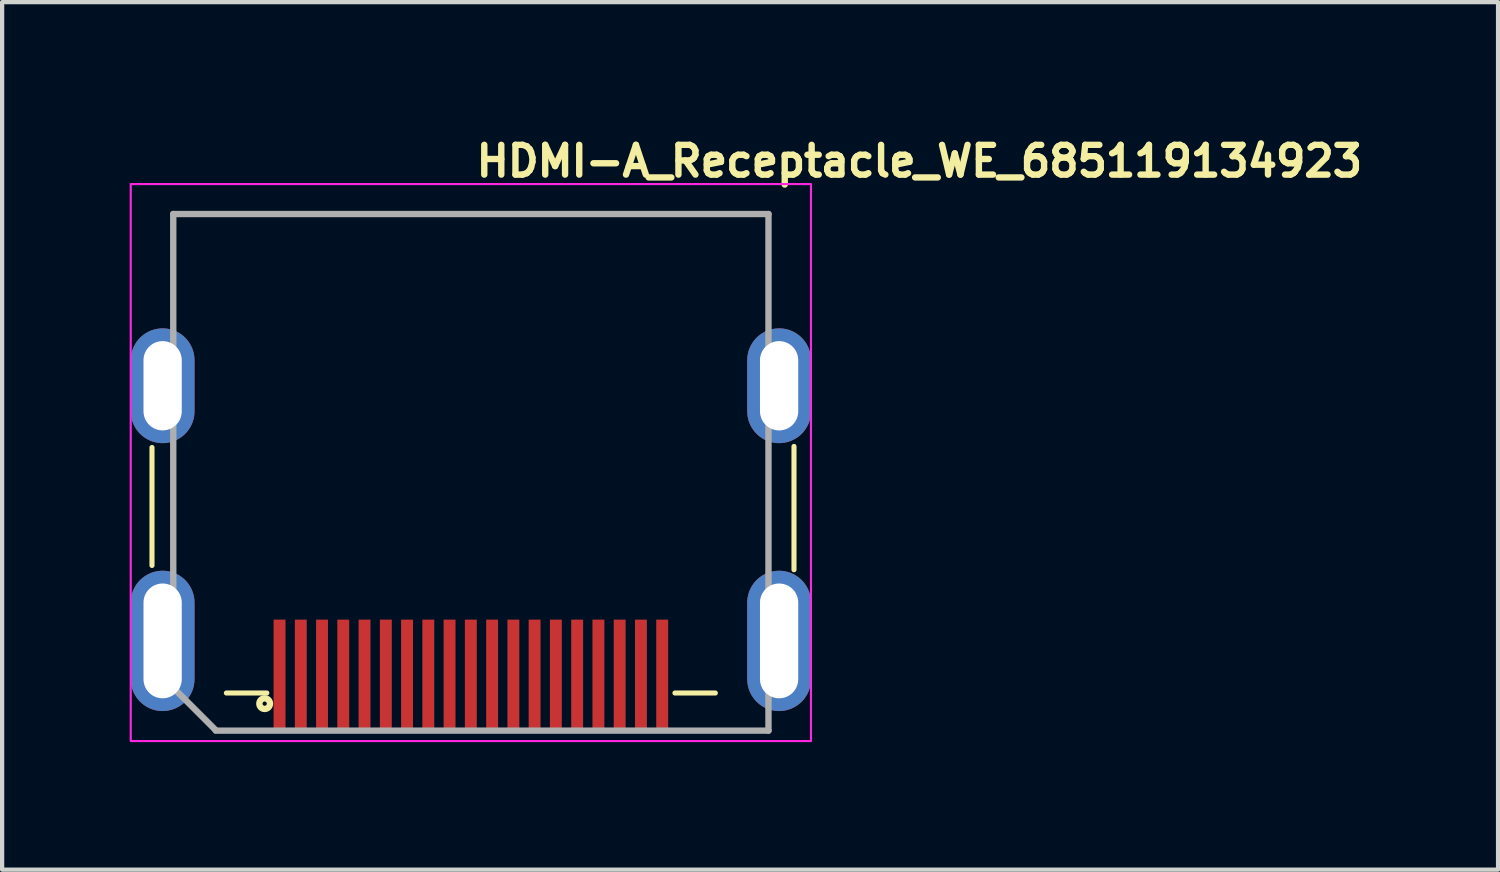
<source format=kicad_pcb>
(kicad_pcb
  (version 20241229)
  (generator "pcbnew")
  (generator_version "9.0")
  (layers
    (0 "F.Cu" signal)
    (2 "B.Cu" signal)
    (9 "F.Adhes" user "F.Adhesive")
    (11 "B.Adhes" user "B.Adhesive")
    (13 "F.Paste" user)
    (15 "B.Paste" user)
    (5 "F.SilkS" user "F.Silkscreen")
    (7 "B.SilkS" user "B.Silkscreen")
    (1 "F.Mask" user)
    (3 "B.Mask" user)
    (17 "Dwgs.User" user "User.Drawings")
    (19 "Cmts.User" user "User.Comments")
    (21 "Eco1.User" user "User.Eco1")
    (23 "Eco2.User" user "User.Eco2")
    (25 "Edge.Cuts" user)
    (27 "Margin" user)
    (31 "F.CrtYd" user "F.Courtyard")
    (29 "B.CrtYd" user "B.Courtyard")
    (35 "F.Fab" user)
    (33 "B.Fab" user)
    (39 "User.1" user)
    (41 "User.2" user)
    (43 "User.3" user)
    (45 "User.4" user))
  (footprint "HDMI-A_Receptacle_WE_685119134923"
    (layer "F.Cu")
    (at 8.075 7.6)
    (property "Reference" "HDMI-A_Receptacle_WE_685119134923" (at 0 -6.45 0) (layer "F.SilkS") (effects (font (size 0.7 0.7) (thickness 0.15)) (justify left bottom)))
    (attr smd)
    (fp_line (start -7.55 -0.125) (end -7.55 2.65) (stroke (width 0.12) (type solid)) (layer "F.SilkS"))
    (fp_line (start -4.85 5.65) (end -5.8 5.65) (stroke (width 0.12) (type solid)) (layer "F.SilkS"))
    (fp_line (start 5.7 5.65) (end 4.75 5.65) (stroke (width 0.12) (type solid)) (layer "F.SilkS"))
    (fp_line (start 7.55 2.75) (end 7.55 -0.15) (stroke (width 0.12) (type solid)) (layer "F.SilkS"))
    (fp_circle (center -4.9 5.9) (end -4.85 5.9) (stroke (width 0.15) (type solid)) (fill no) (layer "F.SilkS"))
    (fp_rect (start -8.05 -6.32) (end 7.949 6.78) (stroke (width 0.05) (type solid)) (fill no) (layer "F.CrtYd"))
    (fp_line (start -7.05 -5.616) (end 6.95 -5.616) (stroke (width 0.15) (type solid)) (layer "F.Fab"))
    (fp_line (start -7.05 5.525) (end -7.05 -5.616) (stroke (width 0.15) (type solid)) (layer "F.Fab"))
    (fp_line (start -7.05 5.525) (end -6.05 6.525) (stroke (width 0.15) (type solid)) (layer "F.Fab"))
    (fp_line (start 6.95 6.535) (end -6.05 6.535) (stroke (width 0.15) (type solid)) (layer "F.Fab"))
    (fp_line (start 6.95 6.535) (end 6.95 -5.616) (stroke (width 0.15) (type solid)) (layer "F.Fab"))
    (fp_rect (start -7.5 -6.077) (end 7.499 6.073) (stroke (width 0.1) (type solid)) (fill no) (layer "User.5"))
    (fp_line (start -7.5 -6.077) (end -7.351 -6.077) (stroke (width 0.02) (type solid)) (layer "User.9"))
    (fp_line (start -7.5 3.724) (end -7.5 -6.077) (stroke (width 0.02) (type solid)) (layer "User.9"))
    (fp_line (start -7.5 3.724) (end -7.5 4.325) (stroke (width 0.02) (type solid)) (layer "User.9"))
    (fp_line (start -7.5 3.724) (end -7.351 3.724) (stroke (width 0.02) (type solid)) (layer "User.9"))
    (fp_line (start -7.5 4.273) (end -7.5 4.325) (stroke (width 0.02) (type solid)) (layer "User.9"))
    (fp_line (start -7.5 4.325) (end -7.5 4.387) (stroke (width 0.02) (type solid)) (layer "User.9"))
    (fp_line (start -7.5 4.325) (end -7.5 4.411) (stroke (width 0.02) (type solid)) (layer "User.9"))
    (fp_line (start -7.5 4.387) (end -7.494 4.448) (stroke (width 0.02) (type solid)) (layer "User.9"))
    (fp_line (start -7.5 4.411) (end -7.5 4.411) (stroke (width 0.02) (type solid)) (layer "User.9"))
    (fp_line (start -7.5 4.411) (end -7.5 4.623) (stroke (width 0.02) (type solid)) (layer "User.9"))
    (fp_line (start -7.5 4.623) (end -7.5 5.224) (stroke (width 0.02) (type solid)) (layer "User.9"))
    (fp_line (start -7.5 5.437) (end -7.5 5.224) (stroke (width 0.02) (type solid)) (layer "User.9"))
    (fp_line (start -7.5 5.437) (end -7.5 5.437) (stroke (width 0.02) (type solid)) (layer "User.9"))
    (fp_line (start -7.5 5.525) (end -7.5 5.437) (stroke (width 0.02) (type solid)) (layer "User.9"))
    (fp_line (start -7.494 4.448) (end -7.484 4.511) (stroke (width 0.02) (type solid)) (layer "User.9"))
    (fp_line (start -7.484 4.511) (end -7.47 4.57) (stroke (width 0.02) (type solid)) (layer "User.9"))
    (fp_line (start -7.47 4.57) (end -7.454 4.629) (stroke (width 0.02) (type solid)) (layer "User.9"))
    (fp_line (start -7.454 4.629) (end -7.433 4.687) (stroke (width 0.02) (type solid)) (layer "User.9"))
    (fp_line (start -7.433 4.687) (end -7.409 4.743) (stroke (width 0.02) (type solid)) (layer "User.9"))
    (fp_line (start -7.409 4.743) (end -7.382 4.799) (stroke (width 0.02) (type solid)) (layer "User.9"))
    (fp_line (start -7.382 4.799) (end -7.351 4.852) (stroke (width 0.02) (type solid)) (layer "User.9"))
    (fp_line (start -7.351 -6.077) (end -7.351 -6.077) (stroke (width 0.02) (type solid)) (layer "User.9"))
    (fp_line (start -7.351 -6.077) (end -6.992 -6.077) (stroke (width 0.02) (type solid)) (layer "User.9"))
    (fp_line (start -7.351 3.724) (end -7.351 3.724) (stroke (width 0.02) (type solid)) (layer "User.9"))
    (fp_line (start -7.351 3.724) (end -7.351 4.623) (stroke (width 0.02) (type solid)) (layer "User.9"))
    (fp_line (start -7.351 3.724) (end -6.992 3.724) (stroke (width 0.02) (type solid)) (layer "User.9"))
    (fp_line (start -7.351 4.852) (end -7.316 4.903) (stroke (width 0.02) (type solid)) (layer "User.9"))
    (fp_line (start -7.316 4.903) (end -7.279 4.951) (stroke (width 0.02) (type solid)) (layer "User.9"))
    (fp_line (start -7.279 4.951) (end -7.239 4.998) (stroke (width 0.02) (type solid)) (layer "User.9"))
    (fp_line (start -7.239 4.998) (end -7.196 5.043) (stroke (width 0.02) (type solid)) (layer "User.9"))
    (fp_line (start -7.196 5.043) (end -7.151 5.084) (stroke (width 0.02) (type solid)) (layer "User.9"))
    (fp_line (start -7.151 5.084) (end -7.103 5.123) (stroke (width 0.02) (type solid)) (layer "User.9"))
    (fp_line (start -7.103 5.123) (end -7.052 5.16) (stroke (width 0.02) (type solid)) (layer "User.9"))
    (fp_line (start -7.05 3.724) (end -7.05 3.773) (stroke (width 0.02) (type solid)) (layer "User.9"))
    (fp_line (start -7.05 3.773) (end -7.05 5.275) (stroke (width 0.02) (type solid)) (layer "User.9"))
    (fp_line (start -7.05 3.773) (end -5.901 3.773) (stroke (width 0.02) (type solid)) (layer "User.9"))
    (fp_line (start -7.05 4.623) (end -7.351 4.623) (stroke (width 0.02) (type solid)) (layer "User.9"))
    (fp_line (start -7.05 5.275) (end -5.901 5.275) (stroke (width 0.02) (type solid)) (layer "User.9"))
    (fp_line (start -7 3.773) (end -7 3.724) (stroke (width 0.02) (type solid)) (layer "User.9"))
    (fp_line (start -7 5.277) (end -7 5.275) (stroke (width 0.02) (type solid)) (layer "User.9"))
    (fp_line (start -7 5.277) (end -7 5.525) (stroke (width 0.02) (type solid)) (layer "User.9"))
    (fp_line (start -7 5.277) (end -6.805 5.277) (stroke (width 0.02) (type solid)) (layer "User.9"))
    (fp_line (start -7 5.525) (end -7.5 5.525) (stroke (width 0.02) (type solid)) (layer "User.9"))
    (fp_line (start -7 6.073) (end -7 5.525) (stroke (width 0.02) (type solid)) (layer "User.9"))
    (fp_line (start -6.992 -6.077) (end 6.99 -6.077) (stroke (width 0.02) (type solid)) (layer "User.9"))
    (fp_line (start -6.813 5.275) (end -6.776 5.286) (stroke (width 0.02) (type solid)) (layer "User.9"))
    (fp_line (start -6.776 5.286) (end -6.736 5.296) (stroke (width 0.02) (type solid)) (layer "User.9"))
    (fp_line (start -6.736 5.296) (end -6.699 5.304) (stroke (width 0.02) (type solid)) (layer "User.9"))
    (fp_line (start -6.699 5.304) (end -6.659 5.312) (stroke (width 0.02) (type solid)) (layer "User.9"))
    (fp_line (start -6.659 5.312) (end -6.619 5.317) (stroke (width 0.02) (type solid)) (layer "User.9"))
    (fp_line (start -6.619 5.317) (end -6.58 5.32) (stroke (width 0.02) (type solid)) (layer "User.9"))
    (fp_line (start -6.58 5.32) (end -6.54 5.323) (stroke (width 0.02) (type solid)) (layer "User.9"))
    (fp_line (start -6.54 5.323) (end -6.5 5.323) (stroke (width 0.02) (type solid)) (layer "User.9"))
    (fp_line (start -6 5.323) (end -6.5 5.323) (stroke (width 0.02) (type solid)) (layer "User.9"))
    (fp_line (start -5.901 3.773) (end -5.901 5.275) (stroke (width 0.02) (type solid)) (layer "User.9"))
    (fp_line (start -5.901 5.525) (end -7 5.525) (stroke (width 0.02) (type solid)) (layer "User.9"))
    (fp_line (start -5.901 5.525) (end -5.901 5.323) (stroke (width 0.02) (type solid)) (layer "User.9"))
    (fp_line (start -5.901 6.073) (end -7 6.073) (stroke (width 0.02) (type solid)) (layer "User.9"))
    (fp_line (start -5.901 6.073) (end -5.901 5.525) (stroke (width 0.02) (type solid)) (layer "User.9"))
    (fp_line (start -5.789 5.323) (end -6 5.323) (stroke (width 0.02) (type solid)) (layer "User.9"))
    (fp_line (start -5.789 5.323) (end -5.789 5.323) (stroke (width 0.02) (type solid)) (layer "User.9"))
    (fp_line (start -5.765 3.724) (end -6.992 3.724) (stroke (width 0.02) (type solid)) (layer "User.9"))
    (fp_line (start -5.752 3.725) (end -5.765 3.724) (stroke (width 0.02) (type solid)) (layer "User.9"))
    (fp_line (start -5.736 3.725) (end -5.752 3.725) (stroke (width 0.02) (type solid)) (layer "User.9"))
    (fp_line (start -5.721 3.728) (end -5.736 3.725) (stroke (width 0.02) (type solid)) (layer "User.9"))
    (fp_line (start -5.707 3.729) (end -5.721 3.728) (stroke (width 0.02) (type solid)) (layer "User.9"))
    (fp_line (start -5.702 5.323) (end -5.789 5.323) (stroke (width 0.02) (type solid)) (layer "User.9"))
    (fp_line (start -5.702 5.323) (end -5.702 5.025) (stroke (width 0.02) (type solid)) (layer "User.9"))
    (fp_line (start -5.693 3.733) (end -5.707 3.729) (stroke (width 0.02) (type solid)) (layer "User.9"))
    (fp_line (start -5.678 3.737) (end -5.693 3.733) (stroke (width 0.02) (type solid)) (layer "User.9"))
    (fp_line (start -5.664 3.741) (end -5.678 3.737) (stroke (width 0.02) (type solid)) (layer "User.9"))
    (fp_line (start -5.651 3.746) (end -5.664 3.741) (stroke (width 0.02) (type solid)) (layer "User.9"))
    (fp_line (start -5.638 3.753) (end -5.651 3.746) (stroke (width 0.02) (type solid)) (layer "User.9"))
    (fp_line (start -5.625 3.76) (end -5.638 3.753) (stroke (width 0.02) (type solid)) (layer "User.9"))
    (fp_line (start -5.611 3.766) (end -5.625 3.76) (stroke (width 0.02) (type solid)) (layer "User.9"))
    (fp_line (start -5.6 3.774) (end -5.611 3.766) (stroke (width 0.02) (type solid)) (layer "User.9"))
    (fp_line (start -5.587 3.782) (end -5.6 3.774) (stroke (width 0.02) (type solid)) (layer "User.9"))
    (fp_line (start -5.576 3.792) (end -5.587 3.782) (stroke (width 0.02) (type solid)) (layer "User.9"))
    (fp_line (start -5.564 3.801) (end -5.576 3.792) (stroke (width 0.02) (type solid)) (layer "User.9"))
    (fp_line (start -5.553 3.812) (end -5.564 3.801) (stroke (width 0.02) (type solid)) (layer "User.9"))
    (fp_line (start -5.553 3.812) (end -5.553 3.812) (stroke (width 0.02) (type solid)) (layer "User.9"))
    (fp_line (start -5.544 3.822) (end -5.553 3.812) (stroke (width 0.02) (type solid)) (layer "User.9"))
    (fp_line (start -5.534 3.833) (end -5.544 3.822) (stroke (width 0.02) (type solid)) (layer "User.9"))
    (fp_line (start -5.524 3.846) (end -5.534 3.833) (stroke (width 0.02) (type solid)) (layer "User.9"))
    (fp_line (start -5.516 3.858) (end -5.524 3.846) (stroke (width 0.02) (type solid)) (layer "User.9"))
    (fp_line (start -5.508 3.87) (end -5.516 3.858) (stroke (width 0.02) (type solid)) (layer "User.9"))
    (fp_line (start -5.502 3.882) (end -5.508 3.87) (stroke (width 0.02) (type solid)) (layer "User.9"))
    (fp_line (start -5.494 3.895) (end -5.502 3.882) (stroke (width 0.02) (type solid)) (layer "User.9"))
    (fp_line (start -5.489 3.91) (end -5.494 3.895) (stroke (width 0.02) (type solid)) (layer "User.9"))
    (fp_line (start -5.484 3.922) (end -5.489 3.91) (stroke (width 0.02) (type solid)) (layer "User.9"))
    (fp_line (start -5.478 3.937) (end -5.484 3.922) (stroke (width 0.02) (type solid)) (layer "User.9"))
    (fp_line (start -5.476 3.95) (end -5.478 3.937) (stroke (width 0.02) (type solid)) (layer "User.9"))
    (fp_line (start -5.471 3.966) (end -5.476 3.95) (stroke (width 0.02) (type solid)) (layer "User.9"))
    (fp_line (start -5.47 3.979) (end -5.471 3.966) (stroke (width 0.02) (type solid)) (layer "User.9"))
    (fp_line (start -5.468 3.995) (end -5.47 3.979) (stroke (width 0.02) (type solid)) (layer "User.9"))
    (fp_line (start -5.467 4.009) (end -5.468 3.995) (stroke (width 0.02) (type solid)) (layer "User.9"))
    (fp_line (start -5.465 4.023) (end -5.467 4.009) (stroke (width 0.02) (type solid)) (layer "User.9"))
    (fp_line (start -5.465 4.523) (end -5.465 4.023) (stroke (width 0.02) (type solid)) (layer "User.9"))
    (fp_line (start -5.465 4.523) (end -5.465 4.855) (stroke (width 0.02) (type solid)) (layer "User.9"))
    (fp_line (start -5.465 4.855) (end -5.465 4.855) (stroke (width 0.02) (type solid)) (layer "User.9"))
    (fp_line (start -5.465 4.855) (end -5.465 5.057) (stroke (width 0.02) (type solid)) (layer "User.9"))
    (fp_line (start -5.465 5.025) (end -5.901 5.025) (stroke (width 0.02) (type solid)) (layer "User.9"))
    (fp_line (start -5.465 5.057) (end -5.465 5.057) (stroke (width 0.02) (type solid)) (layer "User.9"))
    (fp_line (start -5.465 5.057) (end -5.465 5.232) (stroke (width 0.02) (type solid)) (layer "User.9"))
    (fp_line (start -5.465 5.232) (end -5.465 5.232) (stroke (width 0.02) (type solid)) (layer "User.9"))
    (fp_line (start -5.465 5.232) (end -5.465 5.305) (stroke (width 0.02) (type solid)) (layer "User.9"))
    (fp_line (start -5.465 5.305) (end -5.465 5.305) (stroke (width 0.02) (type solid)) (layer "User.9"))
    (fp_line (start -5.465 5.305) (end -5.465 5.371) (stroke (width 0.02) (type solid)) (layer "User.9"))
    (fp_line (start -5.465 5.371) (end -5.465 5.371) (stroke (width 0.02) (type solid)) (layer "User.9"))
    (fp_line (start -5.465 5.371) (end -5.465 5.424) (stroke (width 0.02) (type solid)) (layer "User.9"))
    (fp_line (start -5.465 5.424) (end -5.465 5.424) (stroke (width 0.02) (type solid)) (layer "User.9"))
    (fp_line (start -5.465 5.424) (end -5.465 5.467) (stroke (width 0.02) (type solid)) (layer "User.9"))
    (fp_line (start -5.465 5.467) (end -5.465 5.467) (stroke (width 0.02) (type solid)) (layer "User.9"))
    (fp_line (start -5.465 5.467) (end -5.465 5.499) (stroke (width 0.02) (type solid)) (layer "User.9"))
    (fp_line (start -5.465 5.499) (end -5.465 5.499) (stroke (width 0.02) (type solid)) (layer "User.9"))
    (fp_line (start -5.465 5.499) (end -5.465 5.517) (stroke (width 0.02) (type solid)) (layer "User.9"))
    (fp_line (start -5.465 5.517) (end -5.465 5.517) (stroke (width 0.02) (type solid)) (layer "User.9"))
    (fp_line (start -5.465 5.517) (end -5.465 5.525) (stroke (width 0.02) (type solid)) (layer "User.9"))
    (fp_line (start -4.651 5.525) (end -4.651 5.823) (stroke (width 0.02) (type solid)) (layer "User.9"))
    (fp_line (start -4.651 5.823) (end -4.452 5.823) (stroke (width 0.02) (type solid)) (layer "User.9"))
    (fp_line (start -4.452 5.525) (end -4.452 5.823) (stroke (width 0.02) (type solid)) (layer "User.9"))
    (fp_line (start -4.151 5.525) (end -4.151 5.823) (stroke (width 0.02) (type solid)) (layer "User.9"))
    (fp_line (start -4.151 5.823) (end -3.951 5.823) (stroke (width 0.02) (type solid)) (layer "User.9"))
    (fp_line (start -3.951 5.525) (end -3.951 5.823) (stroke (width 0.02) (type solid)) (layer "User.9"))
    (fp_line (start -3.766 4.299) (end -3.766 4.325) (stroke (width 0.02) (type solid)) (layer "User.9"))
    (fp_line (start -3.766 4.523) (end -3.766 4.325) (stroke (width 0.02) (type solid)) (layer "User.9"))
    (fp_line (start -3.766 4.523) (end -3.766 5.195) (stroke (width 0.02) (type solid)) (layer "User.9"))
    (fp_line (start -3.766 5.014) (end -3.766 5.014) (stroke (width 0.02) (type solid)) (layer "User.9"))
    (fp_line (start -3.766 5.014) (end -3.766 5.015) (stroke (width 0.02) (type solid)) (layer "User.9"))
    (fp_line (start -3.766 5.015) (end -3.766 5.015) (stroke (width 0.02) (type solid)) (layer "User.9"))
    (fp_line (start -3.766 5.015) (end -3.766 5.017) (stroke (width 0.02) (type solid)) (layer "User.9"))
    (fp_line (start -3.766 5.017) (end -3.766 5.017) (stroke (width 0.02) (type solid)) (layer "User.9"))
    (fp_line (start -3.766 5.017) (end -3.766 5.017) (stroke (width 0.02) (type solid)) (layer "User.9"))
    (fp_line (start -3.766 5.017) (end -3.766 5.017) (stroke (width 0.02) (type solid)) (layer "User.9"))
    (fp_line (start -3.766 5.017) (end -3.766 5.019) (stroke (width 0.02) (type solid)) (layer "User.9"))
    (fp_line (start -3.766 5.019) (end -3.766 5.019) (stroke (width 0.02) (type solid)) (layer "User.9"))
    (fp_line (start -3.766 5.019) (end -3.766 5.02) (stroke (width 0.02) (type solid)) (layer "User.9"))
    (fp_line (start -3.766 5.02) (end -3.765 5.02) (stroke (width 0.02) (type solid)) (layer "User.9"))
    (fp_line (start -3.766 5.195) (end -3.766 5.195) (stroke (width 0.02) (type solid)) (layer "User.9"))
    (fp_line (start -3.766 5.195) (end -3.766 5.269) (stroke (width 0.02) (type solid)) (layer "User.9"))
    (fp_line (start -3.766 5.269) (end -3.766 5.269) (stroke (width 0.02) (type solid)) (layer "User.9"))
    (fp_line (start -3.766 5.269) (end -3.766 5.334) (stroke (width 0.02) (type solid)) (layer "User.9"))
    (fp_line (start -3.766 5.334) (end -3.766 5.334) (stroke (width 0.02) (type solid)) (layer "User.9"))
    (fp_line (start -3.766 5.334) (end -3.766 5.392) (stroke (width 0.02) (type solid)) (layer "User.9"))
    (fp_line (start -3.766 5.392) (end -3.766 5.392) (stroke (width 0.02) (type solid)) (layer "User.9"))
    (fp_line (start -3.766 5.392) (end -3.766 5.438) (stroke (width 0.02) (type solid)) (layer "User.9"))
    (fp_line (start -3.766 5.438) (end -3.766 5.438) (stroke (width 0.02) (type solid)) (layer "User.9"))
    (fp_line (start -3.766 5.438) (end -3.766 5.477) (stroke (width 0.02) (type solid)) (layer "User.9"))
    (fp_line (start -3.766 5.477) (end -3.766 5.477) (stroke (width 0.02) (type solid)) (layer "User.9"))
    (fp_line (start -3.766 5.477) (end -3.766 5.504) (stroke (width 0.02) (type solid)) (layer "User.9"))
    (fp_line (start -3.766 5.504) (end -3.766 5.504) (stroke (width 0.02) (type solid)) (layer "User.9"))
    (fp_line (start -3.766 5.504) (end -3.766 5.519) (stroke (width 0.02) (type solid)) (layer "User.9"))
    (fp_line (start -3.766 5.52) (end -3.766 5.519) (stroke (width 0.02) (type solid)) (layer "User.9"))
    (fp_line (start -3.766 5.52) (end -3.766 5.52) (stroke (width 0.02) (type solid)) (layer "User.9"))
    (fp_line (start -3.766 5.52) (end -3.766 5.52) (stroke (width 0.02) (type solid)) (layer "User.9"))
    (fp_line (start -3.766 5.52) (end -3.766 5.52) (stroke (width 0.02) (type solid)) (layer "User.9"))
    (fp_line (start -3.766 5.52) (end -3.766 5.52) (stroke (width 0.02) (type solid)) (layer "User.9"))
    (fp_line (start -3.766 5.52) (end -3.766 5.52) (stroke (width 0.02) (type solid)) (layer "User.9"))
    (fp_line (start -3.766 5.52) (end -3.766 5.52) (stroke (width 0.02) (type solid)) (layer "User.9"))
    (fp_line (start -3.766 5.522) (end -3.766 5.52) (stroke (width 0.02) (type solid)) (layer "User.9"))
    (fp_line (start -3.766 5.522) (end -3.766 5.522) (stroke (width 0.02) (type solid)) (layer "User.9"))
    (fp_line (start -3.766 5.522) (end -3.766 5.522) (stroke (width 0.02) (type solid)) (layer "User.9"))
    (fp_line (start -3.765 5.02) (end -3.765 5.02) (stroke (width 0.02) (type solid)) (layer "User.9"))
    (fp_line (start -3.765 5.02) (end -3.765 5.02) (stroke (width 0.02) (type solid)) (layer "User.9"))
    (fp_line (start -3.765 5.02) (end -3.765 5.02) (stroke (width 0.02) (type solid)) (layer "User.9"))
    (fp_line (start -3.765 5.02) (end -3.763 5.022) (stroke (width 0.02) (type solid)) (layer "User.9"))
    (fp_line (start -3.765 5.522) (end -3.766 5.522) (stroke (width 0.02) (type solid)) (layer "User.9"))
    (fp_line (start -3.765 5.522) (end -3.765 5.522) (stroke (width 0.02) (type solid)) (layer "User.9"))
    (fp_line (start -3.765 5.522) (end -3.765 5.522) (stroke (width 0.02) (type solid)) (layer "User.9"))
    (fp_line (start -3.763 4.275) (end -3.766 4.299) (stroke (width 0.02) (type solid)) (layer "User.9"))
    (fp_line (start -3.763 5.022) (end -3.763 5.022) (stroke (width 0.02) (type solid)) (layer "User.9"))
    (fp_line (start -3.763 5.022) (end -3.763 5.022) (stroke (width 0.02) (type solid)) (layer "User.9"))
    (fp_line (start -3.763 5.022) (end -3.762 5.022) (stroke (width 0.02) (type solid)) (layer "User.9"))
    (fp_line (start -3.763 5.522) (end -3.765 5.522) (stroke (width 0.02) (type solid)) (layer "User.9"))
    (fp_line (start -3.762 5.022) (end -3.762 5.022) (stroke (width 0.02) (type solid)) (layer "User.9"))
    (fp_line (start -3.762 5.022) (end -3.762 5.022) (stroke (width 0.02) (type solid)) (layer "User.9"))
    (fp_line (start -3.762 5.022) (end -3.762 5.022) (stroke (width 0.02) (type solid)) (layer "User.9"))
    (fp_line (start -3.762 5.022) (end -3.762 5.023) (stroke (width 0.02) (type solid)) (layer "User.9"))
    (fp_line (start -3.762 5.023) (end -3.761 5.023) (stroke (width 0.02) (type solid)) (layer "User.9"))
    (fp_line (start -3.762 5.523) (end -3.763 5.522) (stroke (width 0.02) (type solid)) (layer "User.9"))
    (fp_line (start -3.762 5.523) (end -3.762 5.523) (stroke (width 0.02) (type solid)) (layer "User.9"))
    (fp_line (start -3.762 5.523) (end -3.762 5.523) (stroke (width 0.02) (type solid)) (layer "User.9"))
    (fp_line (start -3.761 4.251) (end -3.763 4.275) (stroke (width 0.02) (type solid)) (layer "User.9"))
    (fp_line (start -3.761 5.023) (end -3.761 5.023) (stroke (width 0.02) (type solid)) (layer "User.9"))
    (fp_line (start -3.761 5.023) (end -3.759 5.023) (stroke (width 0.02) (type solid)) (layer "User.9"))
    (fp_line (start -3.761 5.523) (end -3.762 5.523) (stroke (width 0.02) (type solid)) (layer "User.9"))
    (fp_line (start -3.759 5.023) (end -3.759 5.023) (stroke (width 0.02) (type solid)) (layer "User.9"))
    (fp_line (start -3.759 5.023) (end -3.758 5.023) (stroke (width 0.02) (type solid)) (layer "User.9"))
    (fp_line (start -3.759 5.523) (end -3.761 5.523) (stroke (width 0.02) (type solid)) (layer "User.9"))
    (fp_line (start -3.758 5.023) (end -3.758 5.023) (stroke (width 0.02) (type solid)) (layer "User.9"))
    (fp_line (start -3.758 5.023) (end -3.758 5.023) (stroke (width 0.02) (type solid)) (layer "User.9"))
    (fp_line (start -3.758 5.023) (end -3.758 5.023) (stroke (width 0.02) (type solid)) (layer "User.9"))
    (fp_line (start -3.758 5.023) (end -3.757 5.023) (stroke (width 0.02) (type solid)) (layer "User.9"))
    (fp_line (start -3.758 5.523) (end -3.759 5.523) (stroke (width 0.02) (type solid)) (layer "User.9"))
    (fp_line (start -3.758 5.523) (end -3.758 5.523) (stroke (width 0.02) (type solid)) (layer "User.9"))
    (fp_line (start -3.757 4.225) (end -3.761 4.251) (stroke (width 0.02) (type solid)) (layer "User.9"))
    (fp_line (start -3.757 5.023) (end -3.755 5.025) (stroke (width 0.02) (type solid)) (layer "User.9"))
    (fp_line (start -3.755 5.525) (end -5.465 5.525) (stroke (width 0.02) (type solid)) (layer "User.9"))
    (fp_line (start -3.755 5.525) (end -3.758 5.523) (stroke (width 0.02) (type solid)) (layer "User.9"))
    (fp_line (start -3.755 5.525) (end -3.583 5.525) (stroke (width 0.02) (type solid)) (layer "User.9"))
    (fp_line (start -3.75 4.203) (end -3.757 4.225) (stroke (width 0.02) (type solid)) (layer "User.9"))
    (fp_line (start -3.745 4.179) (end -3.75 4.203) (stroke (width 0.02) (type solid)) (layer "User.9"))
    (fp_line (start -3.737 4.155) (end -3.745 4.179) (stroke (width 0.02) (type solid)) (layer "User.9"))
    (fp_line (start -3.727 4.132) (end -3.737 4.155) (stroke (width 0.02) (type solid)) (layer "User.9"))
    (fp_line (start -3.718 4.11) (end -3.727 4.132) (stroke (width 0.02) (type solid)) (layer "User.9"))
    (fp_line (start -3.708 4.089) (end -3.718 4.11) (stroke (width 0.02) (type solid)) (layer "User.9"))
    (fp_line (start -3.696 4.068) (end -3.708 4.089) (stroke (width 0.02) (type solid)) (layer "User.9"))
    (fp_line (start -3.681 4.046) (end -3.696 4.068) (stroke (width 0.02) (type solid)) (layer "User.9"))
    (fp_line (start -3.668 4.027) (end -3.681 4.046) (stroke (width 0.02) (type solid)) (layer "User.9"))
    (fp_line (start -3.653 4.007) (end -3.668 4.027) (stroke (width 0.02) (type solid)) (layer "User.9"))
    (fp_line (start -3.65 5.525) (end -3.65 5.823) (stroke (width 0.02) (type solid)) (layer "User.9"))
    (fp_line (start -3.65 5.823) (end -3.451 5.823) (stroke (width 0.02) (type solid)) (layer "User.9"))
    (fp_line (start -3.637 3.988) (end -3.653 4.007) (stroke (width 0.02) (type solid)) (layer "User.9"))
    (fp_line (start -3.62 3.971) (end -3.637 3.988) (stroke (width 0.02) (type solid)) (layer "User.9"))
    (fp_line (start -3.62 3.971) (end -3.62 3.971) (stroke (width 0.02) (type solid)) (layer "User.9"))
    (fp_line (start -3.601 3.954) (end -3.62 3.971) (stroke (width 0.02) (type solid)) (layer "User.9"))
    (fp_line (start -3.583 3.938) (end -3.601 3.954) (stroke (width 0.02) (type solid)) (layer "User.9"))
    (fp_line (start -3.583 5.525) (end -3.583 5.525) (stroke (width 0.02) (type solid)) (layer "User.9"))
    (fp_line (start -3.583 5.525) (end -3.266 5.525) (stroke (width 0.02) (type solid)) (layer "User.9"))
    (fp_line (start -3.564 3.922) (end -3.583 3.938) (stroke (width 0.02) (type solid)) (layer "User.9"))
    (fp_line (start -3.544 3.909) (end -3.564 3.922) (stroke (width 0.02) (type solid)) (layer "User.9"))
    (fp_line (start -3.523 3.894) (end -3.544 3.909) (stroke (width 0.02) (type solid)) (layer "User.9"))
    (fp_line (start -3.501 3.882) (end -3.523 3.894) (stroke (width 0.02) (type solid)) (layer "User.9"))
    (fp_line (start -3.48 3.871) (end -3.501 3.882) (stroke (width 0.02) (type solid)) (layer "User.9"))
    (fp_line (start -3.457 3.862) (end -3.48 3.871) (stroke (width 0.02) (type solid)) (layer "User.9"))
    (fp_line (start -3.451 5.525) (end -3.451 5.823) (stroke (width 0.02) (type solid)) (layer "User.9"))
    (fp_line (start -3.435 3.854) (end -3.457 3.862) (stroke (width 0.02) (type solid)) (layer "User.9"))
    (fp_line (start -3.411 3.846) (end -3.435 3.854) (stroke (width 0.02) (type solid)) (layer "User.9"))
    (fp_line (start -3.387 3.839) (end -3.411 3.846) (stroke (width 0.02) (type solid)) (layer "User.9"))
    (fp_line (start -3.364 3.833) (end -3.387 3.839) (stroke (width 0.02) (type solid)) (layer "User.9"))
    (fp_line (start -3.339 3.829) (end -3.364 3.833) (stroke (width 0.02) (type solid)) (layer "User.9"))
    (fp_line (start -3.315 3.826) (end -3.339 3.829) (stroke (width 0.02) (type solid)) (layer "User.9"))
    (fp_line (start -3.29 3.825) (end -3.315 3.826) (stroke (width 0.02) (type solid)) (layer "User.9"))
    (fp_line (start -3.266 3.824) (end -3.29 3.825) (stroke (width 0.02) (type solid)) (layer "User.9"))
    (fp_line (start -3.266 3.824) (end -1.266 3.824) (stroke (width 0.02) (type solid)) (layer "User.9"))
    (fp_line (start -3.15 5.525) (end -3.15 5.823) (stroke (width 0.02) (type solid)) (layer "User.9"))
    (fp_line (start -3.15 5.823) (end -2.951 5.823) (stroke (width 0.02) (type solid)) (layer "User.9"))
    (fp_line (start -2.951 5.525) (end -2.951 5.823) (stroke (width 0.02) (type solid)) (layer "User.9"))
    (fp_line (start -2.65 5.525) (end -2.65 5.823) (stroke (width 0.02) (type solid)) (layer "User.9"))
    (fp_line (start -2.65 5.823) (end -2.451 5.823) (stroke (width 0.02) (type solid)) (layer "User.9"))
    (fp_line (start -2.451 5.525) (end -2.451 5.823) (stroke (width 0.02) (type solid)) (layer "User.9"))
    (fp_line (start -2.15 5.525) (end -2.15 5.823) (stroke (width 0.02) (type solid)) (layer "User.9"))
    (fp_line (start -2.15 5.823) (end -1.95 5.823) (stroke (width 0.02) (type solid)) (layer "User.9"))
    (fp_line (start -1.95 5.525) (end -1.95 5.823) (stroke (width 0.02) (type solid)) (layer "User.9"))
    (fp_line (start -1.651 5.525) (end -1.651 5.823) (stroke (width 0.02) (type solid)) (layer "User.9"))
    (fp_line (start -1.651 5.823) (end -1.45 5.823) (stroke (width 0.02) (type solid)) (layer "User.9"))
    (fp_line (start -1.45 5.525) (end -1.45 5.823) (stroke (width 0.02) (type solid)) (layer "User.9"))
    (fp_line (start -1.266 5.525) (end -3.266 5.525) (stroke (width 0.02) (type solid)) (layer "User.9"))
    (fp_line (start -1.266 5.525) (end -0.95 5.525) (stroke (width 0.02) (type solid)) (layer "User.9"))
    (fp_line (start -1.242 3.825) (end -1.266 3.824) (stroke (width 0.02) (type solid)) (layer "User.9"))
    (fp_line (start -1.216 3.826) (end -1.242 3.825) (stroke (width 0.02) (type solid)) (layer "User.9"))
    (fp_line (start -1.192 3.829) (end -1.216 3.826) (stroke (width 0.02) (type solid)) (layer "User.9"))
    (fp_line (start -1.168 3.833) (end -1.192 3.829) (stroke (width 0.02) (type solid)) (layer "User.9"))
    (fp_line (start -1.151 5.525) (end -1.151 5.823) (stroke (width 0.02) (type solid)) (layer "User.9"))
    (fp_line (start -1.151 5.823) (end -0.951 5.823) (stroke (width 0.02) (type solid)) (layer "User.9"))
    (fp_line (start -1.145 3.839) (end -1.168 3.833) (stroke (width 0.02) (type solid)) (layer "User.9"))
    (fp_line (start -1.121 3.846) (end -1.145 3.839) (stroke (width 0.02) (type solid)) (layer "User.9"))
    (fp_line (start -1.097 3.854) (end -1.121 3.846) (stroke (width 0.02) (type solid)) (layer "User.9"))
    (fp_line (start -1.075 3.862) (end -1.097 3.854) (stroke (width 0.02) (type solid)) (layer "User.9"))
    (fp_line (start -1.053 3.871) (end -1.075 3.862) (stroke (width 0.02) (type solid)) (layer "User.9"))
    (fp_line (start -1.031 3.882) (end -1.053 3.871) (stroke (width 0.02) (type solid)) (layer "User.9"))
    (fp_line (start -1.01 3.894) (end -1.031 3.882) (stroke (width 0.02) (type solid)) (layer "User.9"))
    (fp_line (start -0.988 3.909) (end -1.01 3.894) (stroke (width 0.02) (type solid)) (layer "User.9"))
    (fp_line (start -0.968 3.922) (end -0.988 3.909) (stroke (width 0.02) (type solid)) (layer "User.9"))
    (fp_line (start -0.951 5.525) (end -0.951 5.823) (stroke (width 0.02) (type solid)) (layer "User.9"))
    (fp_line (start -0.95 3.938) (end -0.968 3.922) (stroke (width 0.02) (type solid)) (layer "User.9"))
    (fp_line (start -0.95 5.525) (end -0.95 5.525) (stroke (width 0.02) (type solid)) (layer "User.9"))
    (fp_line (start -0.95 5.525) (end -0.777 5.525) (stroke (width 0.02) (type solid)) (layer "User.9"))
    (fp_line (start -0.931 3.954) (end -0.95 3.938) (stroke (width 0.02) (type solid)) (layer "User.9"))
    (fp_line (start -0.913 3.971) (end -0.931 3.954) (stroke (width 0.02) (type solid)) (layer "User.9"))
    (fp_line (start -0.913 3.971) (end -0.913 3.971) (stroke (width 0.02) (type solid)) (layer "User.9"))
    (fp_line (start -0.895 3.988) (end -0.913 3.971) (stroke (width 0.02) (type solid)) (layer "User.9"))
    (fp_line (start -0.879 4.007) (end -0.895 3.988) (stroke (width 0.02) (type solid)) (layer "User.9"))
    (fp_line (start -0.864 4.027) (end -0.879 4.007) (stroke (width 0.02) (type solid)) (layer "User.9"))
    (fp_line (start -0.85 4.046) (end -0.864 4.027) (stroke (width 0.02) (type solid)) (layer "User.9"))
    (fp_line (start -0.836 4.068) (end -0.85 4.046) (stroke (width 0.02) (type solid)) (layer "User.9"))
    (fp_line (start -0.825 4.089) (end -0.836 4.068) (stroke (width 0.02) (type solid)) (layer "User.9"))
    (fp_line (start -0.814 4.11) (end -0.825 4.089) (stroke (width 0.02) (type solid)) (layer "User.9"))
    (fp_line (start -0.805 4.132) (end -0.814 4.11) (stroke (width 0.02) (type solid)) (layer "User.9"))
    (fp_line (start -0.796 4.155) (end -0.805 4.132) (stroke (width 0.02) (type solid)) (layer "User.9"))
    (fp_line (start -0.788 4.179) (end -0.796 4.155) (stroke (width 0.02) (type solid)) (layer "User.9"))
    (fp_line (start -0.782 4.203) (end -0.788 4.179) (stroke (width 0.02) (type solid)) (layer "User.9"))
    (fp_line (start -0.777 5.025) (end -3.755 5.025) (stroke (width 0.02) (type solid)) (layer "User.9"))
    (fp_line (start -0.777 5.025) (end -0.776 5.023) (stroke (width 0.02) (type solid)) (layer "User.9"))
    (fp_line (start -0.776 4.225) (end -0.782 4.203) (stroke (width 0.02) (type solid)) (layer "User.9"))
    (fp_line (start -0.776 5.023) (end -0.775 5.023) (stroke (width 0.02) (type solid)) (layer "User.9"))
    (fp_line (start -0.776 5.523) (end -0.777 5.525) (stroke (width 0.02) (type solid)) (layer "User.9"))
    (fp_line (start -0.775 5.023) (end -0.775 5.023) (stroke (width 0.02) (type solid)) (layer "User.9"))
    (fp_line (start -0.775 5.023) (end -0.774 5.023) (stroke (width 0.02) (type solid)) (layer "User.9"))
    (fp_line (start -0.775 5.523) (end -0.776 5.523) (stroke (width 0.02) (type solid)) (layer "User.9"))
    (fp_line (start -0.775 5.523) (end -0.775 5.523) (stroke (width 0.02) (type solid)) (layer "User.9"))
    (fp_line (start -0.774 5.023) (end -0.774 5.023) (stroke (width 0.02) (type solid)) (layer "User.9"))
    (fp_line (start -0.774 5.023) (end -0.773 5.023) (stroke (width 0.02) (type solid)) (layer "User.9"))
    (fp_line (start -0.774 5.523) (end -0.775 5.523) (stroke (width 0.02) (type solid)) (layer "User.9"))
    (fp_line (start -0.774 5.523) (end -0.774 5.523) (stroke (width 0.02) (type solid)) (layer "User.9"))
    (fp_line (start -0.773 5.023) (end -0.773 5.023) (stroke (width 0.02) (type solid)) (layer "User.9"))
    (fp_line (start -0.773 5.023) (end -0.772 5.023) (stroke (width 0.02) (type solid)) (layer "User.9"))
    (fp_line (start -0.773 5.523) (end -0.774 5.523) (stroke (width 0.02) (type solid)) (layer "User.9"))
    (fp_line (start -0.773 5.523) (end -0.773 5.523) (stroke (width 0.02) (type solid)) (layer "User.9"))
    (fp_line (start -0.772 4.251) (end -0.776 4.225) (stroke (width 0.02) (type solid)) (layer "User.9"))
    (fp_line (start -0.772 5.023) (end -0.772 5.023) (stroke (width 0.02) (type solid)) (layer "User.9"))
    (fp_line (start -0.772 5.023) (end -0.771 5.023) (stroke (width 0.02) (type solid)) (layer "User.9"))
    (fp_line (start -0.772 5.523) (end -0.773 5.523) (stroke (width 0.02) (type solid)) (layer "User.9"))
    (fp_line (start -0.772 5.523) (end -0.772 5.523) (stroke (width 0.02) (type solid)) (layer "User.9"))
    (fp_line (start -0.771 5.022) (end -0.77 5.022) (stroke (width 0.02) (type solid)) (layer "User.9"))
    (fp_line (start -0.771 5.023) (end -0.771 5.022) (stroke (width 0.02) (type solid)) (layer "User.9"))
    (fp_line (start -0.771 5.523) (end -0.772 5.523) (stroke (width 0.02) (type solid)) (layer "User.9"))
    (fp_line (start -0.771 5.523) (end -0.771 5.523) (stroke (width 0.02) (type solid)) (layer "User.9"))
    (fp_line (start -0.77 5.022) (end -0.77 5.022) (stroke (width 0.02) (type solid)) (layer "User.9"))
    (fp_line (start -0.77 5.022) (end -0.77 5.022) (stroke (width 0.02) (type solid)) (layer "User.9"))
    (fp_line (start -0.77 5.022) (end -0.768 5.022) (stroke (width 0.02) (type solid)) (layer "User.9"))
    (fp_line (start -0.77 5.523) (end -0.771 5.523) (stroke (width 0.02) (type solid)) (layer "User.9"))
    (fp_line (start -0.77 5.523) (end -0.77 5.523) (stroke (width 0.02) (type solid)) (layer "User.9"))
    (fp_line (start -0.77 5.523) (end -0.77 5.523) (stroke (width 0.02) (type solid)) (layer "User.9"))
    (fp_line (start -0.768 4.275) (end -0.772 4.251) (stroke (width 0.02) (type solid)) (layer "User.9"))
    (fp_line (start -0.768 5.022) (end -0.768 5.022) (stroke (width 0.02) (type solid)) (layer "User.9"))
    (fp_line (start -0.768 5.022) (end -0.768 5.022) (stroke (width 0.02) (type solid)) (layer "User.9"))
    (fp_line (start -0.768 5.022) (end -0.767 5.02) (stroke (width 0.02) (type solid)) (layer "User.9"))
    (fp_line (start -0.768 5.522) (end -0.77 5.523) (stroke (width 0.02) (type solid)) (layer "User.9"))
    (fp_line (start -0.768 5.522) (end -0.768 5.522) (stroke (width 0.02) (type solid)) (layer "User.9"))
    (fp_line (start -0.768 5.522) (end -0.768 5.522) (stroke (width 0.02) (type solid)) (layer "User.9"))
    (fp_line (start -0.767 5.02) (end -0.767 5.02) (stroke (width 0.02) (type solid)) (layer "User.9"))
    (fp_line (start -0.767 5.02) (end -0.767 5.02) (stroke (width 0.02) (type solid)) (layer "User.9"))
    (fp_line (start -0.767 5.02) (end -0.767 5.02) (stroke (width 0.02) (type solid)) (layer "User.9"))
    (fp_line (start -0.767 5.02) (end -0.766 5.02) (stroke (width 0.02) (type solid)) (layer "User.9"))
    (fp_line (start -0.767 5.522) (end -0.768 5.522) (stroke (width 0.02) (type solid)) (layer "User.9"))
    (fp_line (start -0.767 5.522) (end -0.767 5.522) (stroke (width 0.02) (type solid)) (layer "User.9"))
    (fp_line (start -0.767 5.522) (end -0.767 5.522) (stroke (width 0.02) (type solid)) (layer "User.9"))
    (fp_line (start -0.767 5.522) (end -0.767 5.522) (stroke (width 0.02) (type solid)) (layer "User.9"))
    (fp_line (start -0.766 4.299) (end -0.768 4.275) (stroke (width 0.02) (type solid)) (layer "User.9"))
    (fp_line (start -0.766 5.014) (end -0.765 5.014) (stroke (width 0.02) (type solid)) (layer "User.9"))
    (fp_line (start -0.766 5.015) (end -0.766 5.014) (stroke (width 0.02) (type solid)) (layer "User.9"))
    (fp_line (start -0.766 5.015) (end -0.766 5.015) (stroke (width 0.02) (type solid)) (layer "User.9"))
    (fp_line (start -0.766 5.017) (end -0.766 5.015) (stroke (width 0.02) (type solid)) (layer "User.9"))
    (fp_line (start -0.766 5.017) (end -0.766 5.017) (stroke (width 0.02) (type solid)) (layer "User.9"))
    (fp_line (start -0.766 5.017) (end -0.766 5.017) (stroke (width 0.02) (type solid)) (layer "User.9"))
    (fp_line (start -0.766 5.017) (end -0.766 5.017) (stroke (width 0.02) (type solid)) (layer "User.9"))
    (fp_line (start -0.766 5.019) (end -0.766 5.017) (stroke (width 0.02) (type solid)) (layer "User.9"))
    (fp_line (start -0.766 5.019) (end -0.766 5.019) (stroke (width 0.02) (type solid)) (layer "User.9"))
    (fp_line (start -0.766 5.02) (end -0.766 5.019) (stroke (width 0.02) (type solid)) (layer "User.9"))
    (fp_line (start -0.766 5.52) (end -0.766 5.52) (stroke (width 0.02) (type solid)) (layer "User.9"))
    (fp_line (start -0.766 5.52) (end -0.766 5.52) (stroke (width 0.02) (type solid)) (layer "User.9"))
    (fp_line (start -0.766 5.52) (end -0.766 5.52) (stroke (width 0.02) (type solid)) (layer "User.9"))
    (fp_line (start -0.766 5.52) (end -0.766 5.52) (stroke (width 0.02) (type solid)) (layer "User.9"))
    (fp_line (start -0.766 5.52) (end -0.766 5.52) (stroke (width 0.02) (type solid)) (layer "User.9"))
    (fp_line (start -0.766 5.52) (end -0.766 5.52) (stroke (width 0.02) (type solid)) (layer "User.9"))
    (fp_line (start -0.766 5.52) (end -0.766 5.522) (stroke (width 0.02) (type solid)) (layer "User.9"))
    (fp_line (start -0.766 5.522) (end -0.767 5.522) (stroke (width 0.02) (type solid)) (layer "User.9"))
    (fp_line (start -0.766 5.522) (end -0.766 5.522) (stroke (width 0.02) (type solid)) (layer "User.9"))
    (fp_line (start -0.766 5.522) (end -0.766 5.522) (stroke (width 0.02) (type solid)) (layer "User.9"))
    (fp_line (start -0.765 4.325) (end -0.766 4.299) (stroke (width 0.02) (type solid)) (layer "User.9"))
    (fp_line (start -0.765 4.325) (end -0.765 4.523) (stroke (width 0.02) (type solid)) (layer "User.9"))
    (fp_line (start -0.765 5.195) (end -0.765 4.523) (stroke (width 0.02) (type solid)) (layer "User.9"))
    (fp_line (start -0.765 5.195) (end -0.765 5.195) (stroke (width 0.02) (type solid)) (layer "User.9"))
    (fp_line (start -0.765 5.269) (end -0.765 5.195) (stroke (width 0.02) (type solid)) (layer "User.9"))
    (fp_line (start -0.765 5.269) (end -0.765 5.269) (stroke (width 0.02) (type solid)) (layer "User.9"))
    (fp_line (start -0.765 5.334) (end -0.765 5.269) (stroke (width 0.02) (type solid)) (layer "User.9"))
    (fp_line (start -0.765 5.334) (end -0.765 5.334) (stroke (width 0.02) (type solid)) (layer "User.9"))
    (fp_line (start -0.765 5.392) (end -0.765 5.334) (stroke (width 0.02) (type solid)) (layer "User.9"))
    (fp_line (start -0.765 5.392) (end -0.765 5.392) (stroke (width 0.02) (type solid)) (layer "User.9"))
    (fp_line (start -0.765 5.438) (end -0.765 5.392) (stroke (width 0.02) (type solid)) (layer "User.9"))
    (fp_line (start -0.765 5.438) (end -0.765 5.438) (stroke (width 0.02) (type solid)) (layer "User.9"))
    (fp_line (start -0.765 5.477) (end -0.765 5.438) (stroke (width 0.02) (type solid)) (layer "User.9"))
    (fp_line (start -0.765 5.477) (end -0.765 5.477) (stroke (width 0.02) (type solid)) (layer "User.9"))
    (fp_line (start -0.765 5.504) (end -0.765 5.477) (stroke (width 0.02) (type solid)) (layer "User.9"))
    (fp_line (start -0.765 5.504) (end -0.765 5.504) (stroke (width 0.02) (type solid)) (layer "User.9"))
    (fp_line (start -0.765 5.519) (end -0.766 5.52) (stroke (width 0.02) (type solid)) (layer "User.9"))
    (fp_line (start -0.765 5.519) (end -0.765 5.504) (stroke (width 0.02) (type solid)) (layer "User.9"))
    (fp_line (start -0.651 5.525) (end -0.651 5.823) (stroke (width 0.02) (type solid)) (layer "User.9"))
    (fp_line (start -0.651 5.823) (end -0.451 5.823) (stroke (width 0.02) (type solid)) (layer "User.9"))
    (fp_line (start -0.451 5.525) (end -0.451 5.823) (stroke (width 0.02) (type solid)) (layer "User.9"))
    (fp_line (start -0.15 5.525) (end -0.15 5.823) (stroke (width 0.02) (type solid)) (layer "User.9"))
    (fp_line (start -0.15 5.823) (end 0.05 5.823) (stroke (width 0.02) (type solid)) (layer "User.9"))
    (fp_line (start 0.05 5.525) (end 0.05 5.823) (stroke (width 0.02) (type solid)) (layer "User.9"))
    (fp_line (start 0.35 5.525) (end 0.35 5.823) (stroke (width 0.02) (type solid)) (layer "User.9"))
    (fp_line (start 0.35 5.823) (end 0.55 5.823) (stroke (width 0.02) (type solid)) (layer "User.9"))
    (fp_line (start 0.55 5.525) (end 0.55 5.823) (stroke (width 0.02) (type solid)) (layer "User.9"))
    (fp_line (start 0.764 4.299) (end 0.764 4.325) (stroke (width 0.02) (type solid)) (layer "User.9"))
    (fp_line (start 0.764 4.523) (end 0.764 4.325) (stroke (width 0.02) (type solid)) (layer "User.9"))
    (fp_line (start 0.764 4.523) (end 0.764 5.195) (stroke (width 0.02) (type solid)) (layer "User.9"))
    (fp_line (start 0.764 5.014) (end 0.764 5.014) (stroke (width 0.02) (type solid)) (layer "User.9"))
    (fp_line (start 0.764 5.014) (end 0.764 5.015) (stroke (width 0.02) (type solid)) (layer "User.9"))
    (fp_line (start 0.764 5.015) (end 0.764 5.015) (stroke (width 0.02) (type solid)) (layer "User.9"))
    (fp_line (start 0.764 5.015) (end 0.764 5.017) (stroke (width 0.02) (type solid)) (layer "User.9"))
    (fp_line (start 0.764 5.017) (end 0.764 5.017) (stroke (width 0.02) (type solid)) (layer "User.9"))
    (fp_line (start 0.764 5.017) (end 0.764 5.017) (stroke (width 0.02) (type solid)) (layer "User.9"))
    (fp_line (start 0.764 5.017) (end 0.764 5.017) (stroke (width 0.02) (type solid)) (layer "User.9"))
    (fp_line (start 0.764 5.017) (end 0.764 5.019) (stroke (width 0.02) (type solid)) (layer "User.9"))
    (fp_line (start 0.764 5.019) (end 0.764 5.019) (stroke (width 0.02) (type solid)) (layer "User.9"))
    (fp_line (start 0.764 5.019) (end 0.764 5.02) (stroke (width 0.02) (type solid)) (layer "User.9"))
    (fp_line (start 0.764 5.02) (end 0.765 5.02) (stroke (width 0.02) (type solid)) (layer "User.9"))
    (fp_line (start 0.764 5.195) (end 0.764 5.195) (stroke (width 0.02) (type solid)) (layer "User.9"))
    (fp_line (start 0.764 5.195) (end 0.764 5.269) (stroke (width 0.02) (type solid)) (layer "User.9"))
    (fp_line (start 0.764 5.269) (end 0.764 5.269) (stroke (width 0.02) (type solid)) (layer "User.9"))
    (fp_line (start 0.764 5.269) (end 0.764 5.334) (stroke (width 0.02) (type solid)) (layer "User.9"))
    (fp_line (start 0.764 5.334) (end 0.764 5.334) (stroke (width 0.02) (type solid)) (layer "User.9"))
    (fp_line (start 0.764 5.334) (end 0.764 5.392) (stroke (width 0.02) (type solid)) (layer "User.9"))
    (fp_line (start 0.764 5.392) (end 0.764 5.392) (stroke (width 0.02) (type solid)) (layer "User.9"))
    (fp_line (start 0.764 5.392) (end 0.764 5.438) (stroke (width 0.02) (type solid)) (layer "User.9"))
    (fp_line (start 0.764 5.438) (end 0.764 5.438) (stroke (width 0.02) (type solid)) (layer "User.9"))
    (fp_line (start 0.764 5.438) (end 0.764 5.477) (stroke (width 0.02) (type solid)) (layer "User.9"))
    (fp_line (start 0.764 5.477) (end 0.764 5.477) (stroke (width 0.02) (type solid)) (layer "User.9"))
    (fp_line (start 0.764 5.477) (end 0.764 5.504) (stroke (width 0.02) (type solid)) (layer "User.9"))
    (fp_line (start 0.764 5.504) (end 0.764 5.504) (stroke (width 0.02) (type solid)) (layer "User.9"))
    (fp_line (start 0.764 5.504) (end 0.764 5.519) (stroke (width 0.02) (type solid)) (layer "User.9"))
    (fp_line (start 0.764 5.52) (end 0.764 5.519) (stroke (width 0.02) (type solid)) (layer "User.9"))
    (fp_line (start 0.764 5.52) (end 0.764 5.52) (stroke (width 0.02) (type solid)) (layer "User.9"))
    (fp_line (start 0.764 5.52) (end 0.764 5.52) (stroke (width 0.02) (type solid)) (layer "User.9"))
    (fp_line (start 0.764 5.52) (end 0.764 5.52) (stroke (width 0.02) (type solid)) (layer "User.9"))
    (fp_line (start 0.764 5.52) (end 0.764 5.52) (stroke (width 0.02) (type solid)) (layer "User.9"))
    (fp_line (start 0.764 5.52) (end 0.764 5.52) (stroke (width 0.02) (type solid)) (layer "User.9"))
    (fp_line (start 0.764 5.52) (end 0.764 5.52) (stroke (width 0.02) (type solid)) (layer "User.9"))
    (fp_line (start 0.764 5.522) (end 0.764 5.52) (stroke (width 0.02) (type solid)) (layer "User.9"))
    (fp_line (start 0.764 5.522) (end 0.764 5.522) (stroke (width 0.02) (type solid)) (layer "User.9"))
    (fp_line (start 0.764 5.522) (end 0.764 5.522) (stroke (width 0.02) (type solid)) (layer "User.9"))
    (fp_line (start 0.765 5.02) (end 0.765 5.02) (stroke (width 0.02) (type solid)) (layer "User.9"))
    (fp_line (start 0.765 5.02) (end 0.765 5.02) (stroke (width 0.02) (type solid)) (layer "User.9"))
    (fp_line (start 0.765 5.02) (end 0.765 5.02) (stroke (width 0.02) (type solid)) (layer "User.9"))
    (fp_line (start 0.765 5.02) (end 0.766 5.022) (stroke (width 0.02) (type solid)) (layer "User.9"))
    (fp_line (start 0.765 5.522) (end 0.764 5.522) (stroke (width 0.02) (type solid)) (layer "User.9"))
    (fp_line (start 0.765 5.522) (end 0.765 5.522) (stroke (width 0.02) (type solid)) (layer "User.9"))
    (fp_line (start 0.765 5.522) (end 0.765 5.522) (stroke (width 0.02) (type solid)) (layer "User.9"))
    (fp_line (start 0.766 4.275) (end 0.764 4.299) (stroke (width 0.02) (type solid)) (layer "User.9"))
    (fp_line (start 0.766 5.022) (end 0.766 5.022) (stroke (width 0.02) (type solid)) (layer "User.9"))
    (fp_line (start 0.766 5.022) (end 0.766 5.022) (stroke (width 0.02) (type solid)) (layer "User.9"))
    (fp_line (start 0.766 5.022) (end 0.768 5.022) (stroke (width 0.02) (type solid)) (layer "User.9"))
    (fp_line (start 0.766 5.522) (end 0.765 5.522) (stroke (width 0.02) (type solid)) (layer "User.9"))
    (fp_line (start 0.768 5.022) (end 0.768 5.022) (stroke (width 0.02) (type solid)) (layer "User.9"))
    (fp_line (start 0.768 5.022) (end 0.768 5.022) (stroke (width 0.02) (type solid)) (layer "User.9"))
    (fp_line (start 0.768 5.022) (end 0.769 5.022) (stroke (width 0.02) (type solid)) (layer "User.9"))
    (fp_line (start 0.768 5.523) (end 0.766 5.522) (stroke (width 0.02) (type solid)) (layer "User.9"))
    (fp_line (start 0.768 5.523) (end 0.768 5.523) (stroke (width 0.02) (type solid)) (layer "User.9"))
    (fp_line (start 0.769 5.022) (end 0.769 5.023) (stroke (width 0.02) (type solid)) (layer "User.9"))
    (fp_line (start 0.769 5.023) (end 0.77 5.023) (stroke (width 0.02) (type solid)) (layer "User.9"))
    (fp_line (start 0.769 5.523) (end 0.768 5.523) (stroke (width 0.02) (type solid)) (layer "User.9"))
    (fp_line (start 0.77 4.251) (end 0.766 4.275) (stroke (width 0.02) (type solid)) (layer "User.9"))
    (fp_line (start 0.77 5.023) (end 0.77 5.023) (stroke (width 0.02) (type solid)) (layer "User.9"))
    (fp_line (start 0.77 5.023) (end 0.771 5.023) (stroke (width 0.02) (type solid)) (layer "User.9"))
    (fp_line (start 0.77 5.523) (end 0.769 5.523) (stroke (width 0.02) (type solid)) (layer "User.9"))
    (fp_line (start 0.771 5.023) (end 0.771 5.023) (stroke (width 0.02) (type solid)) (layer "User.9"))
    (fp_line (start 0.771 5.023) (end 0.772 5.023) (stroke (width 0.02) (type solid)) (layer "User.9"))
    (fp_line (start 0.771 5.523) (end 0.77 5.523) (stroke (width 0.02) (type solid)) (layer "User.9"))
    (fp_line (start 0.772 5.023) (end 0.772 5.023) (stroke (width 0.02) (type solid)) (layer "User.9"))
    (fp_line (start 0.772 5.023) (end 0.773 5.023) (stroke (width 0.02) (type solid)) (layer "User.9"))
    (fp_line (start 0.772 5.523) (end 0.771 5.523) (stroke (width 0.02) (type solid)) (layer "User.9"))
    (fp_line (start 0.773 5.023) (end 0.773 5.023) (stroke (width 0.02) (type solid)) (layer "User.9"))
    (fp_line (start 0.773 5.023) (end 0.774 5.023) (stroke (width 0.02) (type solid)) (layer "User.9"))
    (fp_line (start 0.773 5.523) (end 0.772 5.523) (stroke (width 0.02) (type solid)) (layer "User.9"))
    (fp_line (start 0.774 4.225) (end 0.77 4.251) (stroke (width 0.02) (type solid)) (layer "User.9"))
    (fp_line (start 0.774 5.023) (end 0.775 5.025) (stroke (width 0.02) (type solid)) (layer "User.9"))
    (fp_line (start 0.775 5.525) (end -0.777 5.525) (stroke (width 0.02) (type solid)) (layer "User.9"))
    (fp_line (start 0.775 5.525) (end 0.773 5.523) (stroke (width 0.02) (type solid)) (layer "User.9"))
    (fp_line (start 0.775 5.525) (end 0.948 5.525) (stroke (width 0.02) (type solid)) (layer "User.9"))
    (fp_line (start 0.78 4.203) (end 0.774 4.225) (stroke (width 0.02) (type solid)) (layer "User.9"))
    (fp_line (start 0.786 4.179) (end 0.78 4.203) (stroke (width 0.02) (type solid)) (layer "User.9"))
    (fp_line (start 0.794 4.155) (end 0.786 4.179) (stroke (width 0.02) (type solid)) (layer "User.9"))
    (fp_line (start 0.803 4.132) (end 0.794 4.155) (stroke (width 0.02) (type solid)) (layer "User.9"))
    (fp_line (start 0.812 4.11) (end 0.803 4.132) (stroke (width 0.02) (type solid)) (layer "User.9"))
    (fp_line (start 0.823 4.089) (end 0.812 4.11) (stroke (width 0.02) (type solid)) (layer "User.9"))
    (fp_line (start 0.834 4.068) (end 0.823 4.089) (stroke (width 0.02) (type solid)) (layer "User.9"))
    (fp_line (start 0.848 4.046) (end 0.834 4.068) (stroke (width 0.02) (type solid)) (layer "User.9"))
    (fp_line (start 0.849 5.525) (end 0.849 5.823) (stroke (width 0.02) (type solid)) (layer "User.9"))
    (fp_line (start 0.849 5.823) (end 1.05 5.823) (stroke (width 0.02) (type solid)) (layer "User.9"))
    (fp_line (start 0.862 4.027) (end 0.848 4.046) (stroke (width 0.02) (type solid)) (layer "User.9"))
    (fp_line (start 0.877 4.007) (end 0.862 4.027) (stroke (width 0.02) (type solid)) (layer "User.9"))
    (fp_line (start 0.893 3.988) (end 0.877 4.007) (stroke (width 0.02) (type solid)) (layer "User.9"))
    (fp_line (start 0.911 3.971) (end 0.893 3.988) (stroke (width 0.02) (type solid)) (layer "User.9"))
    (fp_line (start 0.911 3.971) (end 0.911 3.971) (stroke (width 0.02) (type solid)) (layer "User.9"))
    (fp_line (start 0.929 3.954) (end 0.911 3.971) (stroke (width 0.02) (type solid)) (layer "User.9"))
    (fp_line (start 0.948 3.938) (end 0.929 3.954) (stroke (width 0.02) (type solid)) (layer "User.9"))
    (fp_line (start 0.948 5.525) (end 0.948 5.525) (stroke (width 0.02) (type solid)) (layer "User.9"))
    (fp_line (start 0.948 5.525) (end 1.265 5.525) (stroke (width 0.02) (type solid)) (layer "User.9"))
    (fp_line (start 0.966 3.922) (end 0.948 3.938) (stroke (width 0.02) (type solid)) (layer "User.9"))
    (fp_line (start 0.986 3.909) (end 0.966 3.922) (stroke (width 0.02) (type solid)) (layer "User.9"))
    (fp_line (start 1.007 3.894) (end 0.986 3.909) (stroke (width 0.02) (type solid)) (layer "User.9"))
    (fp_line (start 1.028 3.882) (end 1.007 3.894) (stroke (width 0.02) (type solid)) (layer "User.9"))
    (fp_line (start 1.05 3.871) (end 1.028 3.882) (stroke (width 0.02) (type solid)) (layer "User.9"))
    (fp_line (start 1.05 5.525) (end 1.05 5.823) (stroke (width 0.02) (type solid)) (layer "User.9"))
    (fp_line (start 1.072 3.862) (end 1.05 3.871) (stroke (width 0.02) (type solid)) (layer "User.9"))
    (fp_line (start 1.096 3.854) (end 1.072 3.862) (stroke (width 0.02) (type solid)) (layer "User.9"))
    (fp_line (start 1.118 3.846) (end 1.096 3.854) (stroke (width 0.02) (type solid)) (layer "User.9"))
    (fp_line (start 1.142 3.839) (end 1.118 3.846) (stroke (width 0.02) (type solid)) (layer "User.9"))
    (fp_line (start 1.165 3.833) (end 1.142 3.839) (stroke (width 0.02) (type solid)) (layer "User.9"))
    (fp_line (start 1.191 3.829) (end 1.165 3.833) (stroke (width 0.02) (type solid)) (layer "User.9"))
    (fp_line (start 1.215 3.826) (end 1.191 3.829) (stroke (width 0.02) (type solid)) (layer "User.9"))
    (fp_line (start 1.239 3.825) (end 1.215 3.826) (stroke (width 0.02) (type solid)) (layer "User.9"))
    (fp_line (start 1.265 3.824) (end 1.239 3.825) (stroke (width 0.02) (type solid)) (layer "User.9"))
    (fp_line (start 1.265 3.824) (end 3.265 3.824) (stroke (width 0.02) (type solid)) (layer "User.9"))
    (fp_line (start 1.35 5.525) (end 1.35 5.823) (stroke (width 0.02) (type solid)) (layer "User.9"))
    (fp_line (start 1.35 5.823) (end 1.55 5.823) (stroke (width 0.02) (type solid)) (layer "User.9"))
    (fp_line (start 1.55 5.525) (end 1.55 5.823) (stroke (width 0.02) (type solid)) (layer "User.9"))
    (fp_line (start 1.85 5.525) (end 1.85 5.823) (stroke (width 0.02) (type solid)) (layer "User.9"))
    (fp_line (start 1.85 5.823) (end 2.049 5.823) (stroke (width 0.02) (type solid)) (layer "User.9"))
    (fp_line (start 2.049 5.525) (end 2.049 5.823) (stroke (width 0.02) (type solid)) (layer "User.9"))
    (fp_line (start 2.35 5.525) (end 2.35 5.823) (stroke (width 0.02) (type solid)) (layer "User.9"))
    (fp_line (start 2.35 5.823) (end 2.55 5.823) (stroke (width 0.02) (type solid)) (layer "User.9"))
    (fp_line (start 2.55 5.525) (end 2.55 5.823) (stroke (width 0.02) (type solid)) (layer "User.9"))
    (fp_line (start 2.85 5.525) (end 2.85 5.823) (stroke (width 0.02) (type solid)) (layer "User.9"))
    (fp_line (start 2.85 5.823) (end 3.05 5.823) (stroke (width 0.02) (type solid)) (layer "User.9"))
    (fp_line (start 3.05 5.525) (end 3.05 5.823) (stroke (width 0.02) (type solid)) (layer "User.9"))
    (fp_line (start 3.265 5.525) (end 1.265 5.525) (stroke (width 0.02) (type solid)) (layer "User.9"))
    (fp_line (start 3.265 5.525) (end 3.58 5.525) (stroke (width 0.02) (type solid)) (layer "User.9"))
    (fp_line (start 3.289 3.825) (end 3.265 3.824) (stroke (width 0.02) (type solid)) (layer "User.9"))
    (fp_line (start 3.313 3.826) (end 3.289 3.825) (stroke (width 0.02) (type solid)) (layer "User.9"))
    (fp_line (start 3.338 3.829) (end 3.313 3.826) (stroke (width 0.02) (type solid)) (layer "User.9"))
    (fp_line (start 3.35 5.525) (end 3.35 5.823) (stroke (width 0.02) (type solid)) (layer "User.9"))
    (fp_line (start 3.35 5.823) (end 3.55 5.823) (stroke (width 0.02) (type solid)) (layer "User.9"))
    (fp_line (start 3.362 3.833) (end 3.338 3.829) (stroke (width 0.02) (type solid)) (layer "User.9"))
    (fp_line (start 3.386 3.839) (end 3.362 3.833) (stroke (width 0.02) (type solid)) (layer "User.9"))
    (fp_line (start 3.41 3.846) (end 3.386 3.839) (stroke (width 0.02) (type solid)) (layer "User.9"))
    (fp_line (start 3.433 3.854) (end 3.41 3.846) (stroke (width 0.02) (type solid)) (layer "User.9"))
    (fp_line (start 3.455 3.862) (end 3.433 3.854) (stroke (width 0.02) (type solid)) (layer "User.9"))
    (fp_line (start 3.478 3.871) (end 3.455 3.862) (stroke (width 0.02) (type solid)) (layer "User.9"))
    (fp_line (start 3.499 3.882) (end 3.478 3.871) (stroke (width 0.02) (type solid)) (layer "User.9"))
    (fp_line (start 3.52 3.894) (end 3.499 3.882) (stroke (width 0.02) (type solid)) (layer "User.9"))
    (fp_line (start 3.542 3.909) (end 3.52 3.894) (stroke (width 0.02) (type solid)) (layer "User.9"))
    (fp_line (start 3.55 5.525) (end 3.55 5.823) (stroke (width 0.02) (type solid)) (layer "User.9"))
    (fp_line (start 3.562 3.922) (end 3.542 3.909) (stroke (width 0.02) (type solid)) (layer "User.9"))
    (fp_line (start 3.58 3.938) (end 3.562 3.922) (stroke (width 0.02) (type solid)) (layer "User.9"))
    (fp_line (start 3.58 5.525) (end 3.58 5.525) (stroke (width 0.02) (type solid)) (layer "User.9"))
    (fp_line (start 3.58 5.525) (end 3.753 5.525) (stroke (width 0.02) (type solid)) (layer "User.9"))
    (fp_line (start 3.6 3.954) (end 3.58 3.938) (stroke (width 0.02) (type solid)) (layer "User.9"))
    (fp_line (start 3.617 3.971) (end 3.6 3.954) (stroke (width 0.02) (type solid)) (layer "User.9"))
    (fp_line (start 3.617 3.971) (end 3.617 3.971) (stroke (width 0.02) (type solid)) (layer "User.9"))
    (fp_line (start 3.635 3.988) (end 3.617 3.971) (stroke (width 0.02) (type solid)) (layer "User.9"))
    (fp_line (start 3.651 4.007) (end 3.635 3.988) (stroke (width 0.02) (type solid)) (layer "User.9"))
    (fp_line (start 3.665 4.027) (end 3.651 4.007) (stroke (width 0.02) (type solid)) (layer "User.9"))
    (fp_line (start 3.68 4.046) (end 3.665 4.027) (stroke (width 0.02) (type solid)) (layer "User.9"))
    (fp_line (start 3.693 4.068) (end 3.68 4.046) (stroke (width 0.02) (type solid)) (layer "User.9"))
    (fp_line (start 3.705 4.089) (end 3.693 4.068) (stroke (width 0.02) (type solid)) (layer "User.9"))
    (fp_line (start 3.717 4.11) (end 3.705 4.089) (stroke (width 0.02) (type solid)) (layer "User.9"))
    (fp_line (start 3.725 4.132) (end 3.717 4.11) (stroke (width 0.02) (type solid)) (layer "User.9"))
    (fp_line (start 3.734 4.155) (end 3.725 4.132) (stroke (width 0.02) (type solid)) (layer "User.9"))
    (fp_line (start 3.742 4.179) (end 3.734 4.155) (stroke (width 0.02) (type solid)) (layer "User.9"))
    (fp_line (start 3.749 4.203) (end 3.742 4.179) (stroke (width 0.02) (type solid)) (layer "User.9"))
    (fp_line (start 3.753 5.025) (end 0.775 5.025) (stroke (width 0.02) (type solid)) (layer "User.9"))
    (fp_line (start 3.753 5.025) (end 3.754 5.023) (stroke (width 0.02) (type solid)) (layer "User.9"))
    (fp_line (start 3.754 4.225) (end 3.749 4.203) (stroke (width 0.02) (type solid)) (layer "User.9"))
    (fp_line (start 3.754 5.023) (end 3.756 5.023) (stroke (width 0.02) (type solid)) (layer "User.9"))
    (fp_line (start 3.754 5.523) (end 3.753 5.525) (stroke (width 0.02) (type solid)) (layer "User.9"))
    (fp_line (start 3.756 5.023) (end 3.756 5.023) (stroke (width 0.02) (type solid)) (layer "User.9"))
    (fp_line (start 3.756 5.023) (end 3.757 5.023) (stroke (width 0.02) (type solid)) (layer "User.9"))
    (fp_line (start 3.756 5.523) (end 3.754 5.523) (stroke (width 0.02) (type solid)) (layer "User.9"))
    (fp_line (start 3.756 5.523) (end 3.756 5.523) (stroke (width 0.02) (type solid)) (layer "User.9"))
    (fp_line (start 3.757 5.023) (end 3.757 5.023) (stroke (width 0.02) (type solid)) (layer "User.9"))
    (fp_line (start 3.757 5.023) (end 3.757 5.023) (stroke (width 0.02) (type solid)) (layer "User.9"))
    (fp_line (start 3.757 5.023) (end 3.757 5.023) (stroke (width 0.02) (type solid)) (layer "User.9"))
    (fp_line (start 3.757 5.023) (end 3.758 5.023) (stroke (width 0.02) (type solid)) (layer "User.9"))
    (fp_line (start 3.757 5.523) (end 3.756 5.523) (stroke (width 0.02) (type solid)) (layer "User.9"))
    (fp_line (start 3.757 5.523) (end 3.757 5.523) (stroke (width 0.02) (type solid)) (layer "User.9"))
    (fp_line (start 3.757 5.523) (end 3.757 5.523) (stroke (width 0.02) (type solid)) (layer "User.9"))
    (fp_line (start 3.757 5.523) (end 3.757 5.523) (stroke (width 0.02) (type solid)) (layer "User.9"))
    (fp_line (start 3.758 4.251) (end 3.754 4.225) (stroke (width 0.02) (type solid)) (layer "User.9"))
    (fp_line (start 3.758 5.023) (end 3.758 5.023) (stroke (width 0.02) (type solid)) (layer "User.9"))
    (fp_line (start 3.758 5.023) (end 3.76 5.023) (stroke (width 0.02) (type solid)) (layer "User.9"))
    (fp_line (start 3.758 5.523) (end 3.757 5.523) (stroke (width 0.02) (type solid)) (layer "User.9"))
    (fp_line (start 3.758 5.523) (end 3.758 5.523) (stroke (width 0.02) (type solid)) (layer "User.9"))
    (fp_line (start 3.76 5.022) (end 3.761 5.022) (stroke (width 0.02) (type solid)) (layer "User.9"))
    (fp_line (start 3.76 5.023) (end 3.76 5.022) (stroke (width 0.02) (type solid)) (layer "User.9"))
    (fp_line (start 3.76 5.523) (end 3.758 5.523) (stroke (width 0.02) (type solid)) (layer "User.9"))
    (fp_line (start 3.76 5.523) (end 3.76 5.523) (stroke (width 0.02) (type solid)) (layer "User.9"))
    (fp_line (start 3.761 4.275) (end 3.758 4.251) (stroke (width 0.02) (type solid)) (layer "User.9"))
    (fp_line (start 3.761 5.022) (end 3.761 5.022) (stroke (width 0.02) (type solid)) (layer "User.9"))
    (fp_line (start 3.761 5.022) (end 3.761 5.022) (stroke (width 0.02) (type solid)) (layer "User.9"))
    (fp_line (start 3.761 5.022) (end 3.761 5.022) (stroke (width 0.02) (type solid)) (layer "User.9"))
    (fp_line (start 3.761 5.022) (end 3.761 5.022) (stroke (width 0.02) (type solid)) (layer "User.9"))
    (fp_line (start 3.761 5.022) (end 3.761 5.022) (stroke (width 0.02) (type solid)) (layer "User.9"))
    (fp_line (start 3.761 5.022) (end 3.762 5.02) (stroke (width 0.02) (type solid)) (layer "User.9"))
    (fp_line (start 3.761 5.522) (end 3.761 5.522) (stroke (width 0.02) (type solid)) (layer "User.9"))
    (fp_line (start 3.761 5.522) (end 3.761 5.522) (stroke (width 0.02) (type solid)) (layer "User.9"))
    (fp_line (start 3.761 5.522) (end 3.761 5.523) (stroke (width 0.02) (type solid)) (layer "User.9"))
    (fp_line (start 3.761 5.523) (end 3.76 5.523) (stroke (width 0.02) (type solid)) (layer "User.9"))
    (fp_line (start 3.761 5.523) (end 3.761 5.523) (stroke (width 0.02) (type solid)) (layer "User.9"))
    (fp_line (start 3.761 5.523) (end 3.761 5.523) (stroke (width 0.02) (type solid)) (layer "User.9"))
    (fp_line (start 3.762 5.02) (end 3.762 5.02) (stroke (width 0.02) (type solid)) (layer "User.9"))
    (fp_line (start 3.762 5.02) (end 3.762 5.02) (stroke (width 0.02) (type solid)) (layer "User.9"))
    (fp_line (start 3.762 5.02) (end 3.762 5.02) (stroke (width 0.02) (type solid)) (layer "User.9"))
    (fp_line (start 3.762 5.02) (end 3.764 5.02) (stroke (width 0.02) (type solid)) (layer "User.9"))
    (fp_line (start 3.762 5.522) (end 3.761 5.522) (stroke (width 0.02) (type solid)) (layer "User.9"))
    (fp_line (start 3.762 5.522) (end 3.762 5.522) (stroke (width 0.02) (type solid)) (layer "User.9"))
    (fp_line (start 3.762 5.522) (end 3.762 5.522) (stroke (width 0.02) (type solid)) (layer "User.9"))
    (fp_line (start 3.762 5.522) (end 3.762 5.522) (stroke (width 0.02) (type solid)) (layer "User.9"))
    (fp_line (start 3.764 4.299) (end 3.761 4.275) (stroke (width 0.02) (type solid)) (layer "User.9"))
    (fp_line (start 3.764 5.014) (end 3.765 5.014) (stroke (width 0.02) (type solid)) (layer "User.9"))
    (fp_line (start 3.764 5.015) (end 3.764 5.014) (stroke (width 0.02) (type solid)) (layer "User.9"))
    (fp_line (start 3.764 5.015) (end 3.764 5.015) (stroke (width 0.02) (type solid)) (layer "User.9"))
    (fp_line (start 3.764 5.017) (end 3.764 5.015) (stroke (width 0.02) (type solid)) (layer "User.9"))
    (fp_line (start 3.764 5.017) (end 3.764 5.017) (stroke (width 0.02) (type solid)) (layer "User.9"))
    (fp_line (start 3.764 5.017) (end 3.764 5.017) (stroke (width 0.02) (type solid)) (layer "User.9"))
    (fp_line (start 3.764 5.017) (end 3.764 5.017) (stroke (width 0.02) (type solid)) (layer "User.9"))
    (fp_line (start 3.764 5.019) (end 3.764 5.017) (stroke (width 0.02) (type solid)) (layer "User.9"))
    (fp_line (start 3.764 5.019) (end 3.764 5.019) (stroke (width 0.02) (type solid)) (layer "User.9"))
    (fp_line (start 3.764 5.02) (end 3.764 5.019) (stroke (width 0.02) (type solid)) (layer "User.9"))
    (fp_line (start 3.764 5.52) (end 3.764 5.52) (stroke (width 0.02) (type solid)) (layer "User.9"))
    (fp_line (start 3.764 5.52) (end 3.764 5.52) (stroke (width 0.02) (type solid)) (layer "User.9"))
    (fp_line (start 3.764 5.52) (end 3.764 5.52) (stroke (width 0.02) (type solid)) (layer "User.9"))
    (fp_line (start 3.764 5.52) (end 3.764 5.52) (stroke (width 0.02) (type solid)) (layer "User.9"))
    (fp_line (start 3.764 5.52) (end 3.764 5.52) (stroke (width 0.02) (type solid)) (layer "User.9"))
    (fp_line (start 3.764 5.52) (end 3.764 5.52) (stroke (width 0.02) (type solid)) (layer "User.9"))
    (fp_line (start 3.764 5.52) (end 3.764 5.522) (stroke (width 0.02) (type solid)) (layer "User.9"))
    (fp_line (start 3.764 5.522) (end 3.762 5.522) (stroke (width 0.02) (type solid)) (layer "User.9"))
    (fp_line (start 3.764 5.522) (end 3.764 5.522) (stroke (width 0.02) (type solid)) (layer "User.9"))
    (fp_line (start 3.764 5.522) (end 3.764 5.522) (stroke (width 0.02) (type solid)) (layer "User.9"))
    (fp_line (start 3.765 4.325) (end 3.764 4.299) (stroke (width 0.02) (type solid)) (layer "User.9"))
    (fp_line (start 3.765 4.325) (end 3.765 4.523) (stroke (width 0.02) (type solid)) (layer "User.9"))
    (fp_line (start 3.765 5.195) (end 3.765 4.523) (stroke (width 0.02) (type solid)) (layer "User.9"))
    (fp_line (start 3.765 5.195) (end 3.765 5.195) (stroke (width 0.02) (type solid)) (layer "User.9"))
    (fp_line (start 3.765 5.269) (end 3.765 5.195) (stroke (width 0.02) (type solid)) (layer "User.9"))
    (fp_line (start 3.765 5.269) (end 3.765 5.269) (stroke (width 0.02) (type solid)) (layer "User.9"))
    (fp_line (start 3.765 5.334) (end 3.765 5.269) (stroke (width 0.02) (type solid)) (layer "User.9"))
    (fp_line (start 3.765 5.334) (end 3.765 5.334) (stroke (width 0.02) (type solid)) (layer "User.9"))
    (fp_line (start 3.765 5.392) (end 3.765 5.334) (stroke (width 0.02) (type solid)) (layer "User.9"))
    (fp_line (start 3.765 5.392) (end 3.765 5.392) (stroke (width 0.02) (type solid)) (layer "User.9"))
    (fp_line (start 3.765 5.438) (end 3.765 5.392) (stroke (width 0.02) (type solid)) (layer "User.9"))
    (fp_line (start 3.765 5.438) (end 3.765 5.438) (stroke (width 0.02) (type solid)) (layer "User.9"))
    (fp_line (start 3.765 5.477) (end 3.765 5.438) (stroke (width 0.02) (type solid)) (layer "User.9"))
    (fp_line (start 3.765 5.477) (end 3.765 5.477) (stroke (width 0.02) (type solid)) (layer "User.9"))
    (fp_line (start 3.765 5.504) (end 3.765 5.477) (stroke (width 0.02) (type solid)) (layer "User.9"))
    (fp_line (start 3.765 5.504) (end 3.765 5.504) (stroke (width 0.02) (type solid)) (layer "User.9"))
    (fp_line (start 3.765 5.519) (end 3.764 5.52) (stroke (width 0.02) (type solid)) (layer "User.9"))
    (fp_line (start 3.765 5.519) (end 3.765 5.504) (stroke (width 0.02) (type solid)) (layer "User.9"))
    (fp_line (start 3.85 5.525) (end 3.85 5.823) (stroke (width 0.02) (type solid)) (layer "User.9"))
    (fp_line (start 3.85 5.823) (end 4.049 5.823) (stroke (width 0.02) (type solid)) (layer "User.9"))
    (fp_line (start 4.049 5.525) (end 4.049 5.823) (stroke (width 0.02) (type solid)) (layer "User.9"))
    (fp_line (start 4.35 5.525) (end 4.35 5.823) (stroke (width 0.02) (type solid)) (layer "User.9"))
    (fp_line (start 4.35 5.823) (end 4.549 5.823) (stroke (width 0.02) (type solid)) (layer "User.9"))
    (fp_line (start 4.549 5.525) (end 4.549 5.823) (stroke (width 0.02) (type solid)) (layer "User.9"))
    (fp_line (start 5.464 4.009) (end 5.464 4.023) (stroke (width 0.02) (type solid)) (layer "User.9"))
    (fp_line (start 5.464 4.023) (end 5.464 4.523) (stroke (width 0.02) (type solid)) (layer "User.9"))
    (fp_line (start 5.464 4.958) (end 5.464 4.523) (stroke (width 0.02) (type solid)) (layer "User.9"))
    (fp_line (start 5.464 4.958) (end 5.464 4.958) (stroke (width 0.02) (type solid)) (layer "User.9"))
    (fp_line (start 5.464 5.147) (end 5.464 4.958) (stroke (width 0.02) (type solid)) (layer "User.9"))
    (fp_line (start 5.464 5.147) (end 5.464 5.147) (stroke (width 0.02) (type solid)) (layer "User.9"))
    (fp_line (start 5.464 5.232) (end 5.464 5.147) (stroke (width 0.02) (type solid)) (layer "User.9"))
    (fp_line (start 5.464 5.232) (end 5.464 5.232) (stroke (width 0.02) (type solid)) (layer "User.9"))
    (fp_line (start 5.464 5.305) (end 5.464 5.232) (stroke (width 0.02) (type solid)) (layer "User.9"))
    (fp_line (start 5.464 5.305) (end 5.464 5.305) (stroke (width 0.02) (type solid)) (layer "User.9"))
    (fp_line (start 5.464 5.371) (end 5.464 5.305) (stroke (width 0.02) (type solid)) (layer "User.9"))
    (fp_line (start 5.464 5.371) (end 5.464 5.371) (stroke (width 0.02) (type solid)) (layer "User.9"))
    (fp_line (start 5.464 5.424) (end 5.464 5.371) (stroke (width 0.02) (type solid)) (layer "User.9"))
    (fp_line (start 5.464 5.424) (end 5.464 5.424) (stroke (width 0.02) (type solid)) (layer "User.9"))
    (fp_line (start 5.464 5.467) (end 5.464 5.424) (stroke (width 0.02) (type solid)) (layer "User.9"))
    (fp_line (start 5.464 5.467) (end 5.464 5.467) (stroke (width 0.02) (type solid)) (layer "User.9"))
    (fp_line (start 5.464 5.499) (end 5.464 5.467) (stroke (width 0.02) (type solid)) (layer "User.9"))
    (fp_line (start 5.464 5.499) (end 5.464 5.499) (stroke (width 0.02) (type solid)) (layer "User.9"))
    (fp_line (start 5.464 5.517) (end 5.464 5.499) (stroke (width 0.02) (type solid)) (layer "User.9"))
    (fp_line (start 5.464 5.517) (end 5.464 5.517) (stroke (width 0.02) (type solid)) (layer "User.9"))
    (fp_line (start 5.464 5.525) (end 3.753 5.525) (stroke (width 0.02) (type solid)) (layer "User.9"))
    (fp_line (start 5.464 5.525) (end 5.464 5.517) (stroke (width 0.02) (type solid)) (layer "User.9"))
    (fp_line (start 5.466 3.995) (end 5.464 4.009) (stroke (width 0.02) (type solid)) (layer "User.9"))
    (fp_line (start 5.467 3.979) (end 5.466 3.995) (stroke (width 0.02) (type solid)) (layer "User.9"))
    (fp_line (start 5.469 3.966) (end 5.467 3.979) (stroke (width 0.02) (type solid)) (layer "User.9"))
    (fp_line (start 5.474 3.95) (end 5.469 3.966) (stroke (width 0.02) (type solid)) (layer "User.9"))
    (fp_line (start 5.477 3.937) (end 5.474 3.95) (stroke (width 0.02) (type solid)) (layer "User.9"))
    (fp_line (start 5.482 3.922) (end 5.477 3.937) (stroke (width 0.02) (type solid)) (layer "User.9"))
    (fp_line (start 5.486 3.91) (end 5.482 3.922) (stroke (width 0.02) (type solid)) (layer "User.9"))
    (fp_line (start 5.493 3.895) (end 5.486 3.91) (stroke (width 0.02) (type solid)) (layer "User.9"))
    (fp_line (start 5.499 3.882) (end 5.493 3.895) (stroke (width 0.02) (type solid)) (layer "User.9"))
    (fp_line (start 5.506 3.87) (end 5.499 3.882) (stroke (width 0.02) (type solid)) (layer "User.9"))
    (fp_line (start 5.514 3.858) (end 5.506 3.87) (stroke (width 0.02) (type solid)) (layer "User.9"))
    (fp_line (start 5.522 3.846) (end 5.514 3.858) (stroke (width 0.02) (type solid)) (layer "User.9"))
    (fp_line (start 5.531 3.833) (end 5.522 3.846) (stroke (width 0.02) (type solid)) (layer "User.9"))
    (fp_line (start 5.541 3.822) (end 5.531 3.833) (stroke (width 0.02) (type solid)) (layer "User.9"))
    (fp_line (start 5.552 3.812) (end 5.541 3.822) (stroke (width 0.02) (type solid)) (layer "User.9"))
    (fp_line (start 5.552 3.812) (end 5.552 3.812) (stroke (width 0.02) (type solid)) (layer "User.9"))
    (fp_line (start 5.562 3.801) (end 5.552 3.812) (stroke (width 0.02) (type solid)) (layer "User.9"))
    (fp_line (start 5.573 3.792) (end 5.562 3.801) (stroke (width 0.02) (type solid)) (layer "User.9"))
    (fp_line (start 5.586 3.782) (end 5.573 3.792) (stroke (width 0.02) (type solid)) (layer "User.9"))
    (fp_line (start 5.597 3.774) (end 5.586 3.782) (stroke (width 0.02) (type solid)) (layer "User.9"))
    (fp_line (start 5.61 3.766) (end 5.597 3.774) (stroke (width 0.02) (type solid)) (layer "User.9"))
    (fp_line (start 5.623 3.76) (end 5.61 3.766) (stroke (width 0.02) (type solid)) (layer "User.9"))
    (fp_line (start 5.636 3.753) (end 5.623 3.76) (stroke (width 0.02) (type solid)) (layer "User.9"))
    (fp_line (start 5.65 3.746) (end 5.636 3.753) (stroke (width 0.02) (type solid)) (layer "User.9"))
    (fp_line (start 5.663 3.741) (end 5.65 3.746) (stroke (width 0.02) (type solid)) (layer "User.9"))
    (fp_line (start 5.677 3.737) (end 5.663 3.741) (stroke (width 0.02) (type solid)) (layer "User.9"))
    (fp_line (start 5.69 3.733) (end 5.677 3.737) (stroke (width 0.02) (type solid)) (layer "User.9"))
    (fp_line (start 5.7 5.323) (end 5.7 5.025) (stroke (width 0.02) (type solid)) (layer "User.9"))
    (fp_line (start 5.706 3.729) (end 5.69 3.733) (stroke (width 0.02) (type solid)) (layer "User.9"))
    (fp_line (start 5.719 3.728) (end 5.706 3.729) (stroke (width 0.02) (type solid)) (layer "User.9"))
    (fp_line (start 5.735 3.725) (end 5.719 3.728) (stroke (width 0.02) (type solid)) (layer "User.9"))
    (fp_line (start 5.749 3.725) (end 5.735 3.725) (stroke (width 0.02) (type solid)) (layer "User.9"))
    (fp_line (start 5.764 3.724) (end 5.749 3.725) (stroke (width 0.02) (type solid)) (layer "User.9"))
    (fp_line (start 5.786 5.323) (end 5.7 5.323) (stroke (width 0.02) (type solid)) (layer "User.9"))
    (fp_line (start 5.786 5.323) (end 5.786 5.323) (stroke (width 0.02) (type solid)) (layer "User.9"))
    (fp_line (start 5.799 3.773) (end 5.799 5.275) (stroke (width 0.02) (type solid)) (layer "User.9"))
    (fp_line (start 5.799 3.773) (end 6.95 3.773) (stroke (width 0.02) (type solid)) (layer "User.9"))
    (fp_line (start 5.799 5.025) (end 5.464 5.025) (stroke (width 0.02) (type solid)) (layer "User.9"))
    (fp_line (start 5.799 5.275) (end 6.95 5.275) (stroke (width 0.02) (type solid)) (layer "User.9"))
    (fp_line (start 5.799 5.323) (end 5.799 5.525) (stroke (width 0.02) (type solid)) (layer "User.9"))
    (fp_line (start 5.799 6.073) (end 5.799 5.525) (stroke (width 0.02) (type solid)) (layer "User.9"))
    (fp_line (start 5.999 5.323) (end 5.786 5.323) (stroke (width 0.02) (type solid)) (layer "User.9"))
    (fp_line (start 6.499 5.323) (end 5.999 5.323) (stroke (width 0.02) (type solid)) (layer "User.9"))
    (fp_line (start 6.499 5.323) (end 6.538 5.323) (stroke (width 0.02) (type solid)) (layer "User.9"))
    (fp_line (start 6.538 5.323) (end 6.578 5.32) (stroke (width 0.02) (type solid)) (layer "User.9"))
    (fp_line (start 6.578 5.32) (end 6.618 5.317) (stroke (width 0.02) (type solid)) (layer "User.9"))
    (fp_line (start 6.618 5.317) (end 6.658 5.312) (stroke (width 0.02) (type solid)) (layer "User.9"))
    (fp_line (start 6.658 5.312) (end 6.696 5.304) (stroke (width 0.02) (type solid)) (layer "User.9"))
    (fp_line (start 6.696 5.304) (end 6.735 5.296) (stroke (width 0.02) (type solid)) (layer "User.9"))
    (fp_line (start 6.735 5.296) (end 6.773 5.286) (stroke (width 0.02) (type solid)) (layer "User.9"))
    (fp_line (start 6.773 5.286) (end 6.812 5.275) (stroke (width 0.02) (type solid)) (layer "User.9"))
    (fp_line (start 6.804 5.277) (end 6.9 5.277) (stroke (width 0.02) (type solid)) (layer "User.9"))
    (fp_line (start 6.9 3.773) (end 6.9 3.724) (stroke (width 0.02) (type solid)) (layer "User.9"))
    (fp_line (start 6.9 5.277) (end 6.9 5.275) (stroke (width 0.02) (type solid)) (layer "User.9"))
    (fp_line (start 6.9 5.525) (end 5.799 5.525) (stroke (width 0.02) (type solid)) (layer "User.9"))
    (fp_line (start 6.9 5.525) (end 6.9 5.277) (stroke (width 0.02) (type solid)) (layer "User.9"))
    (fp_line (start 6.9 6.073) (end 5.799 6.073) (stroke (width 0.02) (type solid)) (layer "User.9"))
    (fp_line (start 6.9 6.073) (end 6.9 5.525) (stroke (width 0.02) (type solid)) (layer "User.9"))
    (fp_line (start 6.95 3.724) (end 6.95 3.773) (stroke (width 0.02) (type solid)) (layer "User.9"))
    (fp_line (start 6.95 3.773) (end 6.95 5.275) (stroke (width 0.02) (type solid)) (layer "User.9"))
    (fp_line (start 6.95 5.217) (end 6.98 5.201) (stroke (width 0.02) (type solid)) (layer "User.9"))
    (fp_line (start 6.98 5.201) (end 7.01 5.184) (stroke (width 0.02) (type solid)) (layer "User.9"))
    (fp_line (start 6.99 -6.077) (end 7.35 -6.077) (stroke (width 0.02) (type solid)) (layer "User.9"))
    (fp_line (start 6.99 3.724) (end 5.764 3.724) (stroke (width 0.02) (type solid)) (layer "User.9"))
    (fp_line (start 6.99 3.724) (end 7.35 3.724) (stroke (width 0.02) (type solid)) (layer "User.9"))
    (fp_line (start 6.999 5.224) (end 6.999 5.19) (stroke (width 0.02) (type solid)) (layer "User.9"))
    (fp_line (start 6.999 5.224) (end 6.999 5.437) (stroke (width 0.02) (type solid)) (layer "User.9"))
    (fp_line (start 6.999 5.437) (end 6.999 5.437) (stroke (width 0.02) (type solid)) (layer "User.9"))
    (fp_line (start 6.999 5.437) (end 6.999 5.525) (stroke (width 0.02) (type solid)) (layer "User.9"))
    (fp_line (start 6.999 5.525) (end 7.499 5.525) (stroke (width 0.02) (type solid)) (layer "User.9"))
    (fp_line (start 7.01 5.184) (end 7.041 5.164) (stroke (width 0.02) (type solid)) (layer "User.9"))
    (fp_line (start 7.041 5.164) (end 7.07 5.145) (stroke (width 0.02) (type solid)) (layer "User.9"))
    (fp_line (start 7.07 5.145) (end 7.097 5.126) (stroke (width 0.02) (type solid)) (layer "User.9"))
    (fp_line (start 7.097 5.126) (end 7.124 5.103) (stroke (width 0.02) (type solid)) (layer "User.9"))
    (fp_line (start 7.124 5.103) (end 7.151 5.081) (stroke (width 0.02) (type solid)) (layer "User.9"))
    (fp_line (start 7.151 5.081) (end 7.177 5.059) (stroke (width 0.02) (type solid)) (layer "User.9"))
    (fp_line (start 7.177 5.059) (end 7.203 5.036) (stroke (width 0.02) (type solid)) (layer "User.9"))
    (fp_line (start 7.203 5.036) (end 7.227 5.011) (stroke (width 0.02) (type solid)) (layer "User.9"))
    (fp_line (start 7.227 5.011) (end 7.249 4.985) (stroke (width 0.02) (type solid)) (layer "User.9"))
    (fp_line (start 7.249 3.724) (end 7.249 4.623) (stroke (width 0.02) (type solid)) (layer "User.9"))
    (fp_line (start 7.249 4.623) (end 6.95 4.623) (stroke (width 0.02) (type solid)) (layer "User.9"))
    (fp_line (start 7.249 4.985) (end 7.272 4.959) (stroke (width 0.02) (type solid)) (layer "User.9"))
    (fp_line (start 7.272 4.959) (end 7.292 4.932) (stroke (width 0.02) (type solid)) (layer "User.9"))
    (fp_line (start 7.292 4.932) (end 7.312 4.905) (stroke (width 0.02) (type solid)) (layer "User.9"))
    (fp_line (start 7.312 4.905) (end 7.333 4.878) (stroke (width 0.02) (type solid)) (layer "User.9"))
    (fp_line (start 7.333 4.878) (end 7.35 4.849) (stroke (width 0.02) (type solid)) (layer "User.9"))
    (fp_line (start 7.35 -6.077) (end 7.35 -6.077) (stroke (width 0.02) (type solid)) (layer "User.9"))
    (fp_line (start 7.35 -6.077) (end 7.499 -6.077) (stroke (width 0.02) (type solid)) (layer "User.9"))
    (fp_line (start 7.35 3.724) (end 7.35 3.724) (stroke (width 0.02) (type solid)) (layer "User.9"))
    (fp_line (start 7.35 3.724) (end 7.499 3.724) (stroke (width 0.02) (type solid)) (layer "User.9"))
    (fp_line (start 7.35 4.849) (end 7.368 4.82) (stroke (width 0.02) (type solid)) (layer "User.9"))
    (fp_line (start 7.368 4.82) (end 7.384 4.789) (stroke (width 0.02) (type solid)) (layer "User.9"))
    (fp_line (start 7.384 4.789) (end 7.4 4.759) (stroke (width 0.02) (type solid)) (layer "User.9"))
    (fp_line (start 7.4 4.759) (end 7.414 4.727) (stroke (width 0.02) (type solid)) (layer "User.9"))
    (fp_line (start 7.414 4.727) (end 7.427 4.696) (stroke (width 0.02) (type solid)) (layer "User.9"))
    (fp_line (start 7.427 4.696) (end 7.44 4.664) (stroke (width 0.02) (type solid)) (layer "User.9"))
    (fp_line (start 7.44 4.664) (end 7.451 4.631) (stroke (width 0.02) (type solid)) (layer "User.9"))
    (fp_line (start 7.451 4.631) (end 7.461 4.599) (stroke (width 0.02) (type solid)) (layer "User.9"))
    (fp_line (start 7.461 4.599) (end 7.469 4.565) (stroke (width 0.02) (type solid)) (layer "User.9"))
    (fp_line (start 7.469 4.565) (end 7.477 4.533) (stroke (width 0.02) (type solid)) (layer "User.9"))
    (fp_line (start 7.477 4.533) (end 7.483 4.498) (stroke (width 0.02) (type solid)) (layer "User.9"))
    (fp_line (start 7.483 4.498) (end 7.49 4.464) (stroke (width 0.02) (type solid)) (layer "User.9"))
    (fp_line (start 7.49 4.464) (end 7.493 4.429) (stroke (width 0.02) (type solid)) (layer "User.9"))
    (fp_line (start 7.493 4.429) (end 7.496 4.395) (stroke (width 0.02) (type solid)) (layer "User.9"))
    (fp_line (start 7.496 4.395) (end 7.499 4.36) (stroke (width 0.02) (type solid)) (layer "User.9"))
    (fp_line (start 7.499 3.724) (end 7.499 -6.077) (stroke (width 0.02) (type solid)) (layer "User.9"))
    (fp_line (start 7.499 4.273) (end 7.499 4.325) (stroke (width 0.02) (type solid)) (layer "User.9"))
    (fp_line (start 7.499 4.325) (end 7.499 3.724) (stroke (width 0.02) (type solid)) (layer "User.9"))
    (fp_line (start 7.499 4.325) (end 7.499 4.273) (stroke (width 0.02) (type solid)) (layer "User.9"))
    (fp_line (start 7.499 4.36) (end 7.499 4.325) (stroke (width 0.02) (type solid)) (layer "User.9"))
    (fp_line (start 7.499 4.411) (end 7.499 4.325) (stroke (width 0.02) (type solid)) (layer "User.9"))
    (fp_line (start 7.499 4.411) (end 7.499 4.411) (stroke (width 0.02) (type solid)) (layer "User.9"))
    (fp_line (start 7.499 4.623) (end 7.499 4.411) (stroke (width 0.02) (type solid)) (layer "User.9"))
    (fp_line (start 7.499 5.224) (end 7.499 4.623) (stroke (width 0.02) (type solid)) (layer "User.9"))
    (fp_line (start 7.499 5.224) (end 7.499 5.437) (stroke (width 0.02) (type solid)) (layer "User.9"))
    (fp_line (start 7.499 5.437) (end 7.499 5.437) (stroke (width 0.02) (type solid)) (layer "User.9"))
    (fp_line (start 7.499 5.437) (end 7.499 5.525) (stroke (width 0.02) (type solid)) (layer "User.9"))
    (pad "1" smd rect (at -4.55 5.224) (size 0.28 2.6) (layers "F.Cu" "F.Mask" "F.Paste"))
    (pad "2" smd rect (at -4.05 5.224) (size 0.28 2.6) (layers "F.Cu" "F.Mask" "F.Paste"))
    (pad "3" smd rect (at -3.551 5.224) (size 0.28 2.6) (layers "F.Cu" "F.Mask" "F.Paste"))
    (pad "4" smd rect (at -3.051 5.224) (size 0.28 2.6) (layers "F.Cu" "F.Mask" "F.Paste"))
    (pad "5" smd rect (at -2.551 5.224) (size 0.28 2.6) (layers "F.Cu" "F.Mask" "F.Paste"))
    (pad "6" smd rect (at -2.05 5.224) (size 0.28 2.6) (layers "F.Cu" "F.Mask" "F.Paste"))
    (pad "7" smd rect (at -1.551 5.224) (size 0.28 2.6) (layers "F.Cu" "F.Mask" "F.Paste"))
    (pad "8" smd rect (at -1.051 5.224) (size 0.28 2.6) (layers "F.Cu" "F.Mask" "F.Paste"))
    (pad "9" smd rect (at -0.551 5.224) (size 0.28 2.6) (layers "F.Cu" "F.Mask" "F.Paste"))
    (pad "10" smd rect (at -0.051 5.224) (size 0.28 2.6) (layers "F.Cu" "F.Mask" "F.Paste"))
    (pad "11" smd rect (at 0.45 5.224) (size 0.28 2.6) (layers "F.Cu" "F.Mask" "F.Paste"))
    (pad "12" smd rect (at 0.95 5.224) (size 0.28 2.6) (layers "F.Cu" "F.Mask" "F.Paste"))
    (pad "13" smd rect (at 1.449 5.224) (size 0.28 2.6) (layers "F.Cu" "F.Mask" "F.Paste"))
    (pad "14" smd rect (at 1.949 5.224) (size 0.28 2.6) (layers "F.Cu" "F.Mask" "F.Paste"))
    (pad "15" smd rect (at 2.45 5.224) (size 0.28 2.6) (layers "F.Cu" "F.Mask" "F.Paste"))
    (pad "16" smd rect (at 2.95 5.224) (size 0.28 2.6) (layers "F.Cu" "F.Mask" "F.Paste"))
    (pad "17" smd rect (at 3.45 5.224) (size 0.28 2.6) (layers "F.Cu" "F.Mask" "F.Paste"))
    (pad "18" smd rect (at 3.95 5.224) (size 0.28 2.6) (layers "F.Cu" "F.Mask" "F.Paste"))
    (pad "19" smd rect (at 4.45 5.224) (size 0.28 2.6) (layers "F.Cu" "F.Mask" "F.Paste"))
    (pad "SH" thru_hole oval (at -7.3 -1.577) (size 1.5 2.7) (drill oval 0.9 2.1) (layers "*.Cu" "*.Mask"))
    (pad "SH" thru_hole oval (at -7.3 4.424) (size 1.5 3.3) (drill oval 0.9 2.7) (layers "*.Cu" "*.Mask"))
    (pad "SH" thru_hole oval (at 7.2 -1.577) (size 1.5 2.7) (drill oval 0.9 2.1) (layers "*.Cu" "*.Mask"))
    (pad "SH" thru_hole oval (at 7.2 4.424) (size 1.5 3.3) (drill oval 0.9 2.7) (layers "*.Cu" "*.Mask")))
  (gr_rect
    (start -3 -3)
    (end 32.185 17.405)
    (stroke (width 0.1) (type default))
    (fill no)
    (layer "Edge.Cuts")))
</source>
